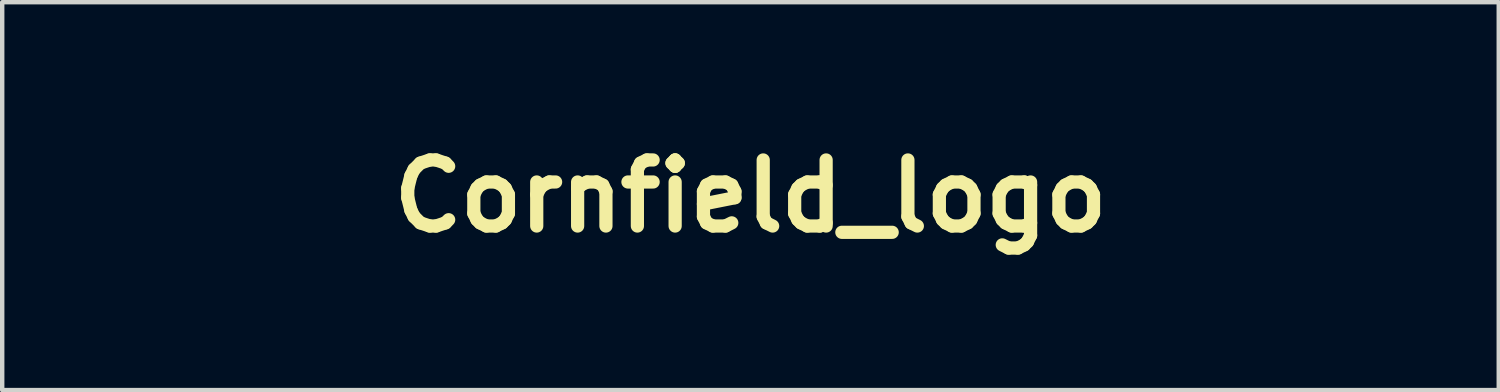
<source format=kicad_pcb>
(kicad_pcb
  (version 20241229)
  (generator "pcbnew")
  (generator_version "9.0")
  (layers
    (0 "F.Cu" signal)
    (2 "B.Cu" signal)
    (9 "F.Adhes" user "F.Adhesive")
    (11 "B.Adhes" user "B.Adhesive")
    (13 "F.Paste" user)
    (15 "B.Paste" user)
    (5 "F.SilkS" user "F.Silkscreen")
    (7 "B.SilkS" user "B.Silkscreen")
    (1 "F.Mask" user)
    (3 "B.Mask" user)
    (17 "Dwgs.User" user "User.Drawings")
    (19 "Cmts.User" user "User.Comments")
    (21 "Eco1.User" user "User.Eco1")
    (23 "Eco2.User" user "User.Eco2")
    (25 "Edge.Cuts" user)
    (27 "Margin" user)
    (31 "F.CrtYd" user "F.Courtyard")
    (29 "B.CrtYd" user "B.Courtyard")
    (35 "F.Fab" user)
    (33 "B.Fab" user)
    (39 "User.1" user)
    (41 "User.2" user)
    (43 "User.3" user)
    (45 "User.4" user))
  (footprint "Cornfield_logo"
    (layer "F.Cu")
    (at 13.995 1.404)
    (property "Reference" "Cornfield_logo" (at 0 0 0) (layer "F.SilkS") (effects (font (size 1.5 1.5) (thickness 0.3))))
    (attr board_only exclude_from_pos_files exclude_from_bom)
    (fp_poly (pts (xy -13.534 -0.493) (xy -13.488 -0.492) (xy -13.488 -0.444) (xy -13.488 -0.397) (xy -13.53 -0.395) (xy -13.556 -0.395) (xy -13.572 -0.398) (xy -13.578 -0.401) (xy -13.58 -0.41) (xy -13.582 -0.427) (xy -13.583 -0.448) (xy -13.582 -0.469) (xy -13.581 -0.487) (xy -13.581 -0.491) (xy -13.575 -0.493) (xy -13.56 -0.494) (xy -13.539 -0.494)) (stroke (width 0) (type solid)) (fill yes) (layer "F.Mask"))
    (fp_poly (pts (xy -13.531 -0.932) (xy -13.488 -0.93) (xy -13.488 -0.886) (xy -13.488 -0.841) (xy -13.524 -0.838) (xy -13.545 -0.837) (xy -13.562 -0.837) (xy -13.57 -0.837) (xy -13.575 -0.839) (xy -13.579 -0.842) (xy -13.581 -0.85) (xy -13.582 -0.866) (xy -13.583 -0.883) (xy -13.583 -0.907) (xy -13.58 -0.922) (xy -13.57 -0.93) (xy -13.552 -0.932)) (stroke (width 0) (type solid)) (fill yes) (layer "F.Mask"))
    (fp_poly (pts (xy -13.309 -0.606) (xy -13.269 -0.604) (xy -13.269 -0.557) (xy -13.269 -0.51) (xy -13.314 -0.508) (xy -13.338 -0.507) (xy -13.352 -0.508) (xy -13.36 -0.511) (xy -13.363 -0.516) (xy -13.366 -0.531) (xy -13.367 -0.551) (xy -13.366 -0.571) (xy -13.363 -0.589) (xy -13.359 -0.6) (xy -13.358 -0.601) (xy -13.347 -0.605) (xy -13.327 -0.606)) (stroke (width 0) (type solid)) (fill yes) (layer "F.Mask"))
    (fp_poly (pts (xy -11.108 -0.493) (xy -11.059 -0.492) (xy -11.059 -0.444) (xy -11.059 -0.397) (xy -11.11 -0.395) (xy -11.14 -0.395) (xy -11.158 -0.397) (xy -11.166 -0.401) (xy -11.169 -0.411) (xy -11.17 -0.429) (xy -11.171 -0.45) (xy -11.17 -0.469) (xy -11.167 -0.484) (xy -11.165 -0.49) (xy -11.156 -0.492) (xy -11.138 -0.493) (xy -11.116 -0.494)) (stroke (width 0) (type solid)) (fill yes) (layer "F.Mask"))
    (fp_poly (pts (xy -11.057 -1.111) (xy -11.057 -1.084) (xy -11.06 -1.067) (xy -11.069 -1.057) (xy -11.086 -1.053) (xy -11.112 -1.052) (xy -11.116 -1.052) (xy -11.139 -1.052) (xy -11.153 -1.055) (xy -11.161 -1.06) (xy -11.164 -1.063) (xy -11.168 -1.076) (xy -11.169 -1.098) (xy -11.168 -1.115) (xy -11.165 -1.155) (xy -11.112 -1.155) (xy -11.059 -1.155)) (stroke (width 0) (type solid)) (fill yes) (layer "F.Mask"))
    (fp_poly (pts (xy -13.269 -1.049) (xy -13.267 -1) (xy -13.265 -0.951) (xy -13.312 -0.951) (xy -13.334 -0.951) (xy -13.352 -0.953) (xy -13.362 -0.954) (xy -13.363 -0.955) (xy -13.365 -0.963) (xy -13.366 -0.98) (xy -13.366 -0.999) (xy -13.365 -1.019) (xy -13.363 -1.034) (xy -13.361 -1.039) (xy -13.356 -1.045) (xy -13.346 -1.048) (xy -13.329 -1.049) (xy -13.312 -1.049)) (stroke (width 0) (type solid)) (fill yes) (layer "F.Mask"))
    (fp_poly (pts (xy -12.281 -1.154) (xy -12.271 -1.146) (xy -12.266 -1.131) (xy -12.265 -1.108) (xy -12.265 -1.104) (xy -12.266 -1.08) (xy -12.271 -1.065) (xy -12.283 -1.056) (xy -12.302 -1.052) (xy -12.323 -1.052) (xy -12.35 -1.053) (xy -12.366 -1.057) (xy -12.371 -1.06) (xy -12.374 -1.071) (xy -12.376 -1.092) (xy -12.376 -1.112) (xy -12.374 -1.155) (xy -12.327 -1.157) (xy -12.299 -1.157)) (stroke (width 0) (type solid)) (fill yes) (layer "F.Mask"))
    (fp_poly (pts (xy -13.514 -1.157) (xy -13.498 -1.152) (xy -13.489 -1.142) (xy -13.486 -1.123) (xy -13.486 -1.102) (xy -13.488 -1.061) (xy -13.533 -1.059) (xy -13.557 -1.058) (xy -13.571 -1.059) (xy -13.578 -1.062) (xy -13.581 -1.067) (xy -13.582 -1.068) (xy -13.584 -1.087) (xy -13.584 -1.11) (xy -13.583 -1.132) (xy -13.58 -1.144) (xy -13.575 -1.152) (xy -13.568 -1.156) (xy -13.555 -1.158) (xy -13.54 -1.158)) (stroke (width 0) (type solid)) (fill yes) (layer "F.Mask"))
    (fp_poly (pts (xy -13.313 -0.825) (xy -13.269 -0.824) (xy -13.267 -0.778) (xy -13.267 -0.756) (xy -13.268 -0.74) (xy -13.269 -0.732) (xy -13.27 -0.731) (xy -13.278 -0.731) (xy -13.294 -0.73) (xy -13.315 -0.73) (xy -13.338 -0.73) (xy -13.352 -0.731) (xy -13.359 -0.735) (xy -13.361 -0.739) (xy -13.364 -0.751) (xy -13.366 -0.77) (xy -13.366 -0.791) (xy -13.364 -0.809) (xy -13.361 -0.819) (xy -13.354 -0.824) (xy -13.338 -0.826)) (stroke (width 0) (type solid)) (fill yes) (layer "F.Mask"))
    (fp_poly (pts (xy -12.543 -1.051) (xy -12.54 -1.05) (xy -12.493 -1.049) (xy -12.49 -1.008) (xy -12.488 -0.98) (xy -12.489 -0.962) (xy -12.495 -0.952) (xy -12.507 -0.947) (xy -12.526 -0.945) (xy -12.539 -0.945) (xy -12.563 -0.946) (xy -12.581 -0.949) (xy -12.589 -0.952) (xy -12.593 -0.962) (xy -12.595 -0.979) (xy -12.596 -1) (xy -12.596 -1.021) (xy -12.594 -1.037) (xy -12.591 -1.045) (xy -12.584 -1.049) (xy -12.568 -1.051)) (stroke (width 0) (type solid)) (fill yes) (layer "F.Mask"))
    (fp_poly (pts (xy -12.537 -0.831) (xy -12.493 -0.829) (xy -12.491 -0.783) (xy -12.491 -0.755) (xy -12.493 -0.736) (xy -12.496 -0.728) (xy -12.507 -0.723) (xy -12.525 -0.72) (xy -12.546 -0.72) (xy -12.567 -0.722) (xy -12.582 -0.726) (xy -12.587 -0.729) (xy -12.592 -0.741) (xy -12.596 -0.76) (xy -12.596 -0.782) (xy -12.595 -0.803) (xy -12.591 -0.819) (xy -12.589 -0.823) (xy -12.583 -0.828) (xy -12.573 -0.831) (xy -12.556 -0.832)) (stroke (width 0) (type solid)) (fill yes) (layer "F.Mask"))
    (fp_poly (pts (xy -12.281 -0.491) (xy -12.273 -0.488) (xy -12.268 -0.478) (xy -12.265 -0.461) (xy -12.264 -0.44) (xy -12.266 -0.42) (xy -12.269 -0.406) (xy -12.272 -0.401) (xy -12.281 -0.397) (xy -12.298 -0.395) (xy -12.319 -0.394) (xy -12.341 -0.394) (xy -12.36 -0.396) (xy -12.372 -0.4) (xy -12.375 -0.402) (xy -12.376 -0.412) (xy -12.376 -0.429) (xy -12.376 -0.451) (xy -12.374 -0.492) (xy -12.328 -0.494) (xy -12.3 -0.494)) (stroke (width 0) (type solid)) (fill yes) (layer "F.Mask"))
    (fp_poly (pts (xy -11.294 -0.83) (xy -11.286 -0.826) (xy -11.286 -0.825) (xy -11.283 -0.814) (xy -11.281 -0.796) (xy -11.281 -0.774) (xy -11.282 -0.753) (xy -11.285 -0.736) (xy -11.288 -0.727) (xy -11.299 -0.723) (xy -11.316 -0.72) (xy -11.338 -0.72) (xy -11.358 -0.721) (xy -11.374 -0.724) (xy -11.381 -0.728) (xy -11.385 -0.739) (xy -11.387 -0.76) (xy -11.386 -0.783) (xy -11.385 -0.829) (xy -11.338 -0.831) (xy -11.311 -0.831)) (stroke (width 0) (type solid)) (fill yes) (layer "F.Mask"))
    (fp_poly (pts (xy -10.887 -1.05) (xy -10.84 -1.049) (xy -10.838 -1.005) (xy -10.838 -0.979) (xy -10.84 -0.96) (xy -10.843 -0.953) (xy -10.853 -0.948) (xy -10.871 -0.945) (xy -10.893 -0.945) (xy -10.915 -0.946) (xy -10.932 -0.95) (xy -10.94 -0.954) (xy -10.946 -0.966) (xy -10.949 -0.985) (xy -10.949 -1.007) (xy -10.947 -1.027) (xy -10.942 -1.041) (xy -10.942 -1.042) (xy -10.936 -1.047) (xy -10.926 -1.05) (xy -10.91 -1.051)) (stroke (width 0) (type solid)) (fill yes) (layer "F.Mask"))
    (fp_poly (pts (xy -12.059 -0.605) (xy -12.049 -0.602) (xy -12.049 -0.601) (xy -12.045 -0.591) (xy -12.044 -0.573) (xy -12.044 -0.552) (xy -12.047 -0.531) (xy -12.051 -0.515) (xy -12.056 -0.508) (xy -12.068 -0.504) (xy -12.088 -0.501) (xy -12.11 -0.501) (xy -12.131 -0.503) (xy -12.146 -0.507) (xy -12.148 -0.508) (xy -12.154 -0.514) (xy -12.156 -0.524) (xy -12.157 -0.541) (xy -12.157 -0.56) (xy -12.155 -0.604) (xy -12.105 -0.606) (xy -12.079 -0.606)) (stroke (width 0) (type solid)) (fill yes) (layer "F.Mask"))
    (fp_poly (pts (xy -10.881 -0.608) (xy -10.84 -0.604) (xy -10.838 -0.561) (xy -10.838 -0.534) (xy -10.84 -0.516) (xy -10.843 -0.509) (xy -10.852 -0.505) (xy -10.87 -0.502) (xy -10.891 -0.501) (xy -10.912 -0.501) (xy -10.929 -0.503) (xy -10.937 -0.506) (xy -10.943 -0.516) (xy -10.947 -0.537) (xy -10.948 -0.553) (xy -10.949 -0.575) (xy -10.948 -0.588) (xy -10.945 -0.596) (xy -10.938 -0.602) (xy -10.937 -0.603) (xy -10.924 -0.608) (xy -10.905 -0.609)) (stroke (width 0) (type solid)) (fill yes) (layer "F.Mask"))
    (fp_poly (pts (xy -13.733 -1.049) (xy -13.718 -1.045) (xy -13.713 -1.042) (xy -13.708 -1.031) (xy -13.705 -1.013) (xy -13.704 -0.992) (xy -13.705 -0.972) (xy -13.708 -0.96) (xy -13.716 -0.955) (xy -13.731 -0.951) (xy -13.751 -0.95) (xy -13.772 -0.951) (xy -13.789 -0.954) (xy -13.8 -0.958) (xy -13.801 -0.96) (xy -13.804 -0.973) (xy -13.805 -0.993) (xy -13.804 -1.013) (xy -13.802 -1.03) (xy -13.8 -1.039) (xy -13.79 -1.045) (xy -13.773 -1.048) (xy -13.753 -1.05)) (stroke (width 0) (type solid)) (fill yes) (layer "F.Mask"))
    (fp_poly (pts (xy -13.734 -0.825) (xy -13.718 -0.823) (xy -13.711 -0.819) (xy -13.707 -0.81) (xy -13.705 -0.792) (xy -13.704 -0.772) (xy -13.706 -0.753) (xy -13.709 -0.74) (xy -13.709 -0.739) (xy -13.718 -0.734) (xy -13.734 -0.731) (xy -13.753 -0.729) (xy -13.772 -0.729) (xy -13.787 -0.731) (xy -13.788 -0.731) (xy -13.797 -0.737) (xy -13.803 -0.748) (xy -13.805 -0.768) (xy -13.805 -0.775) (xy -13.804 -0.8) (xy -13.799 -0.815) (xy -13.787 -0.823) (xy -13.768 -0.826) (xy -13.756 -0.827)) (stroke (width 0) (type solid)) (fill yes) (layer "F.Mask"))
    (fp_poly (pts (xy -12.294 -0.718) (xy -12.277 -0.712) (xy -12.268 -0.7) (xy -12.265 -0.679) (xy -12.266 -0.657) (xy -12.269 -0.632) (xy -12.274 -0.616) (xy -12.277 -0.613) (xy -12.288 -0.61) (xy -12.307 -0.608) (xy -12.329 -0.608) (xy -12.35 -0.61) (xy -12.364 -0.613) (xy -12.367 -0.614) (xy -12.372 -0.619) (xy -12.375 -0.629) (xy -12.377 -0.647) (xy -12.377 -0.664) (xy -12.376 -0.689) (xy -12.372 -0.706) (xy -12.363 -0.715) (xy -12.346 -0.719) (xy -12.32 -0.72) (xy -12.319 -0.72)) (stroke (width 0) (type solid)) (fill yes) (layer "F.Mask"))
    (fp_poly (pts (xy -12.078 -0.831) (xy -12.06 -0.829) (xy -12.052 -0.825) (xy -12.049 -0.815) (xy -12.046 -0.797) (xy -12.045 -0.775) (xy -12.046 -0.75) (xy -12.05 -0.734) (xy -12.06 -0.725) (xy -12.076 -0.721) (xy -12.103 -0.72) (xy -12.104 -0.72) (xy -12.13 -0.722) (xy -12.145 -0.727) (xy -12.149 -0.729) (xy -12.154 -0.74) (xy -12.157 -0.759) (xy -12.158 -0.781) (xy -12.157 -0.802) (xy -12.154 -0.819) (xy -12.151 -0.825) (xy -12.141 -0.829) (xy -12.122 -0.832) (xy -12.102 -0.832)) (stroke (width 0) (type solid)) (fill yes) (layer "F.Mask"))
    (fp_poly (pts (xy -13.513 -0.714) (xy -13.497 -0.711) (xy -13.494 -0.71) (xy -13.489 -0.703) (xy -13.486 -0.687) (xy -13.484 -0.667) (xy -13.485 -0.646) (xy -13.488 -0.629) (xy -13.492 -0.618) (xy -13.494 -0.617) (xy -13.508 -0.614) (xy -13.526 -0.613) (xy -13.546 -0.614) (xy -13.564 -0.616) (xy -13.576 -0.619) (xy -13.578 -0.62) (xy -13.581 -0.631) (xy -13.583 -0.649) (xy -13.583 -0.67) (xy -13.582 -0.689) (xy -13.58 -0.703) (xy -13.579 -0.707) (xy -13.57 -0.71) (xy -13.553 -0.713) (xy -13.533 -0.714)) (stroke (width 0) (type solid)) (fill yes) (layer "F.Mask"))
    (fp_poly (pts (xy -11.297 -1.05) (xy -11.287 -1.048) (xy -11.286 -1.047) (xy -11.284 -1.04) (xy -11.282 -1.023) (xy -11.28 -1.002) (xy -11.28 -0.999) (xy -11.281 -0.974) (xy -11.283 -0.958) (xy -11.287 -0.951) (xy -11.288 -0.95) (xy -11.299 -0.947) (xy -11.317 -0.945) (xy -11.338 -0.945) (xy -11.358 -0.946) (xy -11.375 -0.948) (xy -11.384 -0.952) (xy -11.385 -0.953) (xy -11.386 -0.963) (xy -11.387 -0.98) (xy -11.387 -1.002) (xy -11.386 -1.005) (xy -11.385 -1.049) (xy -11.338 -1.05) (xy -11.315 -1.051)) (stroke (width 0) (type solid)) (fill yes) (layer "F.Mask"))
    (fp_poly (pts (xy -13.729 -0.606) (xy -13.715 -0.602) (xy -13.711 -0.6) (xy -13.707 -0.59) (xy -13.705 -0.572) (xy -13.705 -0.551) (xy -13.706 -0.532) (xy -13.71 -0.518) (xy -13.71 -0.518) (xy -13.716 -0.512) (xy -13.726 -0.508) (xy -13.743 -0.507) (xy -13.755 -0.507) (xy -13.776 -0.507) (xy -13.789 -0.51) (xy -13.796 -0.514) (xy -13.799 -0.518) (xy -13.803 -0.532) (xy -13.805 -0.551) (xy -13.804 -0.572) (xy -13.802 -0.59) (xy -13.798 -0.6) (xy -13.798 -0.6) (xy -13.788 -0.604) (xy -13.77 -0.607) (xy -13.749 -0.607)) (stroke (width 0) (type solid)) (fill yes) (layer "F.Mask"))
    (fp_poly (pts (xy -12.508 -0.608) (xy -12.497 -0.605) (xy -12.497 -0.605) (xy -12.493 -0.596) (xy -12.49 -0.577) (xy -12.49 -0.554) (xy -12.49 -0.53) (xy -12.492 -0.515) (xy -12.495 -0.507) (xy -12.499 -0.504) (xy -12.513 -0.502) (xy -12.532 -0.501) (xy -12.553 -0.501) (xy -12.573 -0.503) (xy -12.586 -0.506) (xy -12.589 -0.508) (xy -12.593 -0.517) (xy -12.595 -0.535) (xy -12.596 -0.556) (xy -12.596 -0.576) (xy -12.594 -0.593) (xy -12.591 -0.6) (xy -12.583 -0.604) (xy -12.567 -0.607) (xy -12.547 -0.609) (xy -12.526 -0.609)) (stroke (width 0) (type solid)) (fill yes) (layer "F.Mask"))
    (fp_poly (pts (xy -12.299 -0.939) (xy -12.285 -0.938) (xy -12.277 -0.935) (xy -12.273 -0.929) (xy -12.27 -0.924) (xy -12.266 -0.903) (xy -12.265 -0.879) (xy -12.267 -0.857) (xy -12.273 -0.84) (xy -12.274 -0.84) (xy -12.281 -0.832) (xy -12.29 -0.828) (xy -12.307 -0.827) (xy -12.321 -0.827) (xy -12.347 -0.828) (xy -12.363 -0.832) (xy -12.368 -0.836) (xy -12.374 -0.847) (xy -12.377 -0.868) (xy -12.377 -0.883) (xy -12.377 -0.909) (xy -12.374 -0.925) (xy -12.368 -0.934) (xy -12.355 -0.938) (xy -12.333 -0.939) (xy -12.323 -0.939)) (stroke (width 0) (type solid)) (fill yes) (layer "F.Mask"))
    (fp_poly (pts (xy -11.31 -0.609) (xy -11.294 -0.606) (xy -11.289 -0.604) (xy -11.283 -0.597) (xy -11.281 -0.584) (xy -11.28 -0.563) (xy -11.28 -0.557) (xy -11.282 -0.535) (xy -11.285 -0.518) (xy -11.288 -0.508) (xy -11.296 -0.505) (xy -11.313 -0.502) (xy -11.334 -0.501) (xy -11.355 -0.501) (xy -11.372 -0.503) (xy -11.38 -0.505) (xy -11.384 -0.512) (xy -11.386 -0.527) (xy -11.388 -0.547) (xy -11.388 -0.568) (xy -11.387 -0.587) (xy -11.384 -0.6) (xy -11.382 -0.604) (xy -11.371 -0.607) (xy -11.352 -0.609) (xy -11.331 -0.609)) (stroke (width 0) (type solid)) (fill yes) (layer "F.Mask"))
    (fp_poly (pts (xy -11.09 -0.938) (xy -11.073 -0.936) (xy -11.063 -0.932) (xy -11.059 -0.922) (xy -11.057 -0.904) (xy -11.056 -0.885) (xy -11.056 -0.863) (xy -11.059 -0.849) (xy -11.063 -0.841) (xy -11.069 -0.836) (xy -11.084 -0.83) (xy -11.106 -0.827) (xy -11.13 -0.828) (xy -11.15 -0.831) (xy -11.155 -0.833) (xy -11.162 -0.836) (xy -11.166 -0.843) (xy -11.168 -0.855) (xy -11.168 -0.876) (xy -11.168 -0.881) (xy -11.167 -0.906) (xy -11.165 -0.924) (xy -11.161 -0.932) (xy -11.151 -0.936) (xy -11.134 -0.938) (xy -11.112 -0.939)) (stroke (width 0) (type solid)) (fill yes) (layer "F.Mask"))
    (fp_poly (pts (xy -10.87 -0.831) (xy -10.852 -0.829) (xy -10.844 -0.825) (xy -10.84 -0.815) (xy -10.837 -0.797) (xy -10.837 -0.775) (xy -10.837 -0.75) (xy -10.842 -0.734) (xy -10.851 -0.725) (xy -10.868 -0.721) (xy -10.894 -0.72) (xy -10.895 -0.72) (xy -10.916 -0.721) (xy -10.929 -0.723) (xy -10.937 -0.729) (xy -10.94 -0.733) (xy -10.946 -0.749) (xy -10.949 -0.771) (xy -10.948 -0.795) (xy -10.944 -0.816) (xy -10.943 -0.817) (xy -10.94 -0.825) (xy -10.934 -0.83) (xy -10.923 -0.832) (xy -10.905 -0.832) (xy -10.894 -0.832)) (stroke (width 0) (type solid)) (fill yes) (layer "F.Mask"))
    (fp_poly (pts (xy -12.064 -1.051) (xy -12.052 -1.049) (xy -12.049 -1.047) (xy -12.047 -1.039) (xy -12.046 -1.022) (xy -12.044 -1.001) (xy -12.044 -0.999) (xy -12.044 -0.974) (xy -12.046 -0.959) (xy -12.05 -0.952) (xy -12.052 -0.951) (xy -12.063 -0.947) (xy -12.081 -0.946) (xy -12.103 -0.945) (xy -12.125 -0.946) (xy -12.142 -0.949) (xy -12.151 -0.952) (xy -12.155 -0.962) (xy -12.157 -0.98) (xy -12.158 -1.001) (xy -12.157 -1.022) (xy -12.154 -1.038) (xy -12.151 -1.045) (xy -12.142 -1.048) (xy -12.125 -1.05) (xy -12.105 -1.051) (xy -12.083 -1.052)) (stroke (width 0) (type solid)) (fill yes) (layer "F.Mask"))
    (fp_poly (pts (xy -11.091 -0.719) (xy -11.072 -0.715) (xy -11.072 -0.715) (xy -11.064 -0.711) (xy -11.059 -0.705) (xy -11.057 -0.696) (xy -11.056 -0.678) (xy -11.056 -0.664) (xy -11.056 -0.641) (xy -11.057 -0.627) (xy -11.061 -0.619) (xy -11.067 -0.615) (xy -11.071 -0.613) (xy -11.09 -0.609) (xy -11.114 -0.608) (xy -11.139 -0.61) (xy -11.155 -0.613) (xy -11.163 -0.619) (xy -11.167 -0.628) (xy -11.168 -0.644) (xy -11.168 -0.648) (xy -11.169 -0.667) (xy -11.171 -0.681) (xy -11.172 -0.685) (xy -11.171 -0.696) (xy -11.166 -0.705) (xy -11.155 -0.712) (xy -11.136 -0.717) (xy -11.114 -0.719)) (stroke (width 0) (type solid)) (fill yes) (layer "F.Mask"))
    (fp_poly (pts (xy -2.877 -0.505) (xy -2.87 -0.493) (xy -2.87 -0.485) (xy -2.876 -0.474) (xy -2.886 -0.459) (xy -2.977 -0.463) (xy -3.013 -0.464) (xy -3.039 -0.465) (xy -3.057 -0.464) (xy -3.069 -0.463) (xy -3.078 -0.46) (xy -3.084 -0.457) (xy -3.099 -0.447) (xy -3.099 0.107) (xy -3.099 0.2) (xy -3.099 0.283) (xy -3.099 0.354) (xy -3.099 0.417) (xy -3.098 0.47) (xy -3.098 0.515) (xy -3.098 0.552) (xy -3.097 0.583) (xy -3.097 0.608) (xy -3.096 0.627) (xy -3.095 0.642) (xy -3.094 0.653) (xy -3.093 0.66) (xy -3.091 0.666) (xy -3.09 0.669) (xy -3.088 0.671) (xy -3.087 0.672) (xy -3.082 0.677) (xy -3.075 0.68) (xy -3.065 0.682) (xy -3.049 0.683) (xy -3.027 0.684) (xy -2.995 0.684) (xy -2.974 0.684) (xy -2.874 0.684) (xy -2.87 0.7) (xy -2.869 0.716) (xy -2.872 0.727) (xy -2.873 0.73) (xy -2.875 0.732) (xy -2.879 0.734) (xy -2.886 0.736) (xy -2.896 0.737) (xy -2.91 0.738) (xy -2.931 0.739) (xy -2.957 0.739) (xy -2.991 0.739) (xy -3.033 0.74) (xy -3.085 0.74) (xy -3.147 0.74) (xy -3.199 0.74) (xy -3.269 0.74) (xy -3.328 0.74) (xy -3.378 0.74) (xy -3.418 0.74) (xy -3.45 0.739) (xy -3.475 0.739) (xy -3.494 0.738) (xy -3.507 0.737) (xy -3.516 0.736) (xy -3.522 0.734) (xy -3.525 0.732) (xy -3.526 0.731) (xy -3.531 0.713) (xy -3.528 0.696) (xy -3.524 0.691) (xy -3.516 0.688) (xy -3.499 0.686) (xy -3.471 0.685) (xy -3.432 0.684) (xy -3.42 0.684) (xy -3.384 0.684) (xy -3.358 0.684) (xy -3.34 0.683) (xy -3.327 0.681) (xy -3.32 0.678) (xy -3.314 0.674) (xy -3.312 0.672) (xy -3.31 0.67) (xy -3.308 0.667) (xy -3.307 0.663) (xy -3.305 0.657) (xy -3.304 0.648) (xy -3.303 0.635) (xy -3.302 0.618) (xy -3.302 0.596) (xy -3.301 0.569) (xy -3.301 0.535) (xy -3.301 0.494) (xy -3.3 0.445) (xy -3.3 0.387) (xy -3.3 0.32) (xy -3.3 0.243) (xy -3.3 0.155) (xy -3.3 0.107) (xy -3.3 -0.447) (xy -3.315 -0.457) (xy -3.323 -0.461) (xy -3.332 -0.463) (xy -3.346 -0.465) (xy -3.366 -0.465) (xy -3.394 -0.464) (xy -3.419 -0.463) (xy -3.453 -0.462) (xy -3.478 -0.461) (xy -3.495 -0.461) (xy -3.505 -0.463) (xy -3.513 -0.466) (xy -3.518 -0.47) (xy -3.519 -0.471) (xy -3.529 -0.483) (xy -3.53 -0.493) (xy -3.521 -0.506) (xy -3.521 -0.507) (xy -3.51 -0.52) (xy -3.199 -0.52) (xy -2.889 -0.52)) (stroke (width 0) (type solid)) (fill yes) (layer "F.Mask"))
    (fp_poly (pts (xy 11.588 -0.52) (xy 11.637 -0.52) (xy 11.678 -0.519) (xy 11.71 -0.518) (xy 11.735 -0.517) (xy 11.754 -0.516) (xy 11.767 -0.513) (xy 11.776 -0.51) (xy 11.781 -0.506) (xy 11.784 -0.502) (xy 11.785 -0.496) (xy 11.785 -0.49) (xy 11.785 -0.489) (xy 11.784 -0.478) (xy 11.78 -0.47) (xy 11.773 -0.465) (xy 11.76 -0.462) (xy 11.739 -0.461) (xy 11.709 -0.462) (xy 11.676 -0.463) (xy 11.638 -0.464) (xy 11.611 -0.465) (xy 11.592 -0.464) (xy 11.58 -0.462) (xy 11.574 -0.459) (xy 11.573 -0.457) (xy 11.572 -0.453) (xy 11.57 -0.445) (xy 11.569 -0.434) (xy 11.568 -0.418) (xy 11.568 -0.398) (xy 11.567 -0.372) (xy 11.567 -0.339) (xy 11.566 -0.299) (xy 11.566 -0.251) (xy 11.566 -0.195) (xy 11.566 -0.13) (xy 11.565 -0.055) (xy 11.565 0.031) (xy 11.565 0.109) (xy 11.565 0.209) (xy 11.566 0.297) (xy 11.566 0.374) (xy 11.566 0.441) (xy 11.566 0.499) (xy 11.567 0.547) (xy 11.567 0.587) (xy 11.568 0.619) (xy 11.569 0.643) (xy 11.57 0.661) (xy 11.571 0.672) (xy 11.572 0.677) (xy 11.572 0.677) (xy 11.58 0.68) (xy 11.598 0.682) (xy 11.625 0.684) (xy 11.663 0.684) (xy 11.679 0.684) (xy 11.716 0.684) (xy 11.742 0.685) (xy 11.76 0.685) (xy 11.772 0.687) (xy 11.779 0.689) (xy 11.783 0.693) (xy 11.785 0.698) (xy 11.788 0.717) (xy 11.786 0.725) (xy 11.781 0.74) (xy 11.462 0.74) (xy 11.392 0.74) (xy 11.329 0.74) (xy 11.274 0.74) (xy 11.227 0.739) (xy 11.189 0.738) (xy 11.162 0.737) (xy 11.144 0.736) (xy 11.138 0.735) (xy 11.134 0.724) (xy 11.133 0.709) (xy 11.136 0.695) (xy 11.142 0.688) (xy 11.151 0.687) (xy 11.17 0.686) (xy 11.195 0.685) (xy 11.226 0.684) (xy 11.244 0.684) (xy 11.277 0.684) (xy 11.305 0.683) (xy 11.328 0.682) (xy 11.342 0.68) (xy 11.345 0.679) (xy 11.347 0.672) (xy 11.348 0.655) (xy 11.349 0.627) (xy 11.35 0.591) (xy 11.351 0.547) (xy 11.352 0.496) (xy 11.353 0.439) (xy 11.353 0.377) (xy 11.354 0.312) (xy 11.354 0.243) (xy 11.354 0.173) (xy 11.354 0.101) (xy 11.354 0.03) (xy 11.354 -0.04) (xy 11.354 -0.108) (xy 11.353 -0.173) (xy 11.352 -0.233) (xy 11.352 -0.289) (xy 11.351 -0.339) (xy 11.35 -0.381) (xy 11.349 -0.416) (xy 11.348 -0.441) (xy 11.346 -0.456) (xy 11.345 -0.46) (xy 11.337 -0.462) (xy 11.318 -0.463) (xy 11.292 -0.464) (xy 11.259 -0.463) (xy 11.241 -0.463) (xy 11.205 -0.461) (xy 11.18 -0.461) (xy 11.162 -0.461) (xy 11.151 -0.462) (xy 11.144 -0.465) (xy 11.141 -0.468) (xy 11.139 -0.471) (xy 11.133 -0.489) (xy 11.138 -0.505) (xy 11.141 -0.509) (xy 11.143 -0.511) (xy 11.147 -0.513) (xy 11.153 -0.515) (xy 11.162 -0.516) (xy 11.176 -0.517) (xy 11.196 -0.518) (xy 11.221 -0.519) (xy 11.254 -0.519) (xy 11.295 -0.52) (xy 11.345 -0.52) (xy 11.406 -0.52) (xy 11.458 -0.52) (xy 11.528 -0.52)) (stroke (width 0) (type solid)) (fill yes) (layer "F.Mask"))
    (fp_poly (pts (xy -7.89 -0.551) (xy -7.819 -0.537) (xy -7.75 -0.512) (xy -7.683 -0.476) (xy -7.648 -0.452) (xy -7.592 -0.402) (xy -7.543 -0.344) (xy -7.501 -0.278) (xy -7.466 -0.205) (xy -7.439 -0.127) (xy -7.419 -0.044) (xy -7.409 0.042) (xy -7.407 0.131) (xy -7.414 0.221) (xy -7.418 0.249) (xy -7.427 0.298) (xy -7.436 0.34) (xy -7.444 0.373) (xy -7.452 0.396) (xy -7.453 0.397) (xy -7.458 0.408) (xy -7.466 0.426) (xy -7.476 0.447) (xy -7.514 0.521) (xy -7.56 0.587) (xy -7.613 0.643) (xy -7.673 0.69) (xy -7.74 0.727) (xy -7.814 0.754) (xy -7.818 0.755) (xy -7.85 0.762) (xy -7.89 0.766) (xy -7.934 0.768) (xy -7.978 0.767) (xy -8.02 0.764) (xy -8.056 0.758) (xy -8.07 0.755) (xy -8.141 0.727) (xy -8.207 0.69) (xy -8.267 0.643) (xy -8.32 0.587) (xy -8.366 0.524) (xy -8.405 0.453) (xy -8.436 0.376) (xy -8.458 0.292) (xy -8.471 0.204) (xy -8.473 0.182) (xy -8.474 0.155) (xy -8.474 0.123) (xy -8.474 0.112) (xy -8.248 0.112) (xy -8.247 0.183) (xy -8.244 0.25) (xy -8.24 0.313) (xy -8.233 0.368) (xy -8.226 0.409) (xy -8.213 0.465) (xy -8.198 0.511) (xy -8.183 0.549) (xy -8.165 0.582) (xy -8.147 0.608) (xy -8.115 0.643) (xy -8.083 0.669) (xy -8.046 0.687) (xy -8.004 0.697) (xy -7.953 0.701) (xy -7.945 0.701) (xy -7.91 0.701) (xy -7.884 0.699) (xy -7.862 0.695) (xy -7.849 0.691) (xy -7.8 0.668) (xy -7.759 0.636) (xy -7.738 0.613) (xy -7.722 0.589) (xy -7.705 0.56) (xy -7.69 0.53) (xy -7.679 0.503) (xy -7.675 0.487) (xy -7.671 0.47) (xy -7.666 0.459) (xy -7.664 0.449) (xy -7.66 0.431) (xy -7.655 0.406) (xy -7.65 0.376) (xy -7.648 0.364) (xy -7.643 0.316) (xy -7.638 0.26) (xy -7.635 0.198) (xy -7.634 0.132) (xy -7.634 0.066) (xy -7.636 0.003) (xy -7.639 -0.056) (xy -7.643 -0.107) (xy -7.645 -0.124) (xy -7.659 -0.201) (xy -7.676 -0.268) (xy -7.697 -0.324) (xy -7.722 -0.372) (xy -7.752 -0.41) (xy -7.787 -0.441) (xy -7.816 -0.459) (xy -7.853 -0.48) (xy -7.939 -0.48) (xy -7.973 -0.48) (xy -7.998 -0.479) (xy -8.015 -0.478) (xy -8.029 -0.475) (xy -8.041 -0.471) (xy -8.054 -0.465) (xy -8.06 -0.462) (xy -8.1 -0.438) (xy -8.134 -0.407) (xy -8.162 -0.369) (xy -8.186 -0.323) (xy -8.207 -0.267) (xy -8.224 -0.2) (xy -8.224 -0.198) (xy -8.233 -0.15) (xy -8.239 -0.092) (xy -8.244 -0.027) (xy -8.247 0.041) (xy -8.248 0.112) (xy -8.474 0.112) (xy -8.474 0.088) (xy -8.473 0.052) (xy -8.472 0.018) (xy -8.47 -0.012) (xy -8.468 -0.036) (xy -8.465 -0.052) (xy -8.463 -0.057) (xy -8.461 -0.065) (xy -8.456 -0.081) (xy -8.452 -0.099) (xy -8.44 -0.144) (xy -8.424 -0.191) (xy -8.406 -0.235) (xy -8.386 -0.274) (xy -8.373 -0.296) (xy -8.334 -0.351) (xy -8.297 -0.396) (xy -8.26 -0.432) (xy -8.239 -0.449) (xy -8.172 -0.492) (xy -8.103 -0.524) (xy -8.032 -0.544) (xy -7.961 -0.553)) (stroke (width 0) (type solid)) (fill yes) (layer "F.Mask"))
    (fp_poly (pts (xy 8.945 -0.552) (xy 8.983 -0.547) (xy 9.022 -0.54) (xy 9.059 -0.531) (xy 9.086 -0.522) (xy 9.115 -0.509) (xy 9.149 -0.49) (xy 9.184 -0.469) (xy 9.215 -0.446) (xy 9.225 -0.437) (xy 9.278 -0.386) (xy 9.324 -0.329) (xy 9.362 -0.265) (xy 9.394 -0.193) (xy 9.421 -0.111) (xy 9.425 -0.095) (xy 9.43 -0.076) (xy 9.434 -0.059) (xy 9.436 -0.042) (xy 9.438 -0.024) (xy 9.439 -0.001) (xy 9.44 0.027) (xy 9.441 0.062) (xy 9.441 0.108) (xy 9.441 0.113) (xy 9.441 0.161) (xy 9.44 0.2) (xy 9.439 0.232) (xy 9.437 0.259) (xy 9.433 0.283) (xy 9.428 0.307) (xy 9.421 0.332) (xy 9.411 0.362) (xy 9.402 0.391) (xy 9.372 0.463) (xy 9.334 0.53) (xy 9.288 0.592) (xy 9.235 0.646) (xy 9.177 0.691) (xy 9.123 0.722) (xy 9.085 0.739) (xy 9.051 0.752) (xy 9.019 0.76) (xy 8.984 0.765) (xy 8.942 0.767) (xy 8.912 0.767) (xy 8.873 0.766) (xy 8.844 0.765) (xy 8.821 0.762) (xy 8.801 0.758) (xy 8.787 0.755) (xy 8.736 0.737) (xy 8.694 0.719) (xy 8.656 0.697) (xy 8.619 0.669) (xy 8.579 0.633) (xy 8.577 0.631) (xy 8.52 0.569) (xy 8.473 0.501) (xy 8.437 0.428) (xy 8.411 0.35) (xy 8.411 0.349) (xy 8.405 0.33) (xy 8.401 0.316) (xy 8.399 0.311) (xy 8.396 0.302) (xy 8.393 0.284) (xy 8.389 0.259) (xy 8.386 0.229) (xy 8.382 0.198) (xy 8.379 0.167) (xy 8.377 0.138) (xy 8.376 0.116) (xy 8.376 0.116) (xy 8.607 0.116) (xy 8.608 0.203) (xy 8.612 0.28) (xy 8.618 0.348) (xy 8.628 0.408) (xy 8.64 0.462) (xy 8.656 0.51) (xy 8.67 0.544) (xy 8.698 0.595) (xy 8.73 0.634) (xy 8.766 0.665) (xy 8.809 0.686) (xy 8.82 0.69) (xy 8.856 0.698) (xy 8.898 0.701) (xy 8.941 0.701) (xy 8.981 0.696) (xy 9.004 0.691) (xy 9.052 0.67) (xy 9.093 0.638) (xy 9.128 0.597) (xy 9.157 0.547) (xy 9.169 0.518) (xy 9.188 0.453) (xy 9.203 0.38) (xy 9.214 0.296) (xy 9.22 0.202) (xy 9.221 0.104) (xy 9.219 -0.000082) (xy 9.212 -0.093) (xy 9.2 -0.176) (xy 9.184 -0.248) (xy 9.163 -0.31) (xy 9.138 -0.362) (xy 9.107 -0.405) (xy 9.072 -0.439) (xy 9.032 -0.463) (xy 9.017 -0.47) (xy 9.004 -0.474) (xy 8.99 -0.477) (xy 8.972 -0.479) (xy 8.948 -0.479) (xy 8.914 -0.479) (xy 8.914 -0.479) (xy 8.88 -0.479) (xy 8.856 -0.479) (xy 8.838 -0.477) (xy 8.824 -0.474) (xy 8.811 -0.47) (xy 8.796 -0.463) (xy 8.796 -0.463) (xy 8.766 -0.445) (xy 8.734 -0.419) (xy 8.707 -0.39) (xy 8.686 -0.36) (xy 8.685 -0.358) (xy 8.664 -0.313) (xy 8.646 -0.264) (xy 8.632 -0.211) (xy 8.621 -0.152) (xy 8.614 -0.086) (xy 8.609 -0.011) (xy 8.607 0.073) (xy 8.607 0.116) (xy 8.376 0.116) (xy 8.376 0.107) (xy 8.377 0.078) (xy 8.38 0.042) (xy 8.385 0.002) (xy 8.39 -0.038) (xy 8.397 -0.075) (xy 8.403 -0.106) (xy 8.407 -0.121) (xy 8.437 -0.206) (xy 8.474 -0.283) (xy 8.518 -0.35) (xy 8.569 -0.408) (xy 8.621 -0.453) (xy 8.687 -0.495) (xy 8.756 -0.526) (xy 8.827 -0.546) (xy 8.9 -0.554) (xy 8.914 -0.554)) (stroke (width 0) (type solid)) (fill yes) (layer "F.Mask"))
    (fp_poly (pts (xy 12.5 -0.551) (xy 12.567 -0.54) (xy 12.63 -0.521) (xy 12.688 -0.494) (xy 12.738 -0.46) (xy 12.769 -0.431) (xy 12.803 -0.389) (xy 12.827 -0.346) (xy 12.842 -0.299) (xy 12.85 -0.246) (xy 12.848 -0.202) (xy 12.838 -0.165) (xy 12.817 -0.133) (xy 12.8 -0.116) (xy 12.772 -0.098) (xy 12.741 -0.088) (xy 12.704 -0.087) (xy 12.69 -0.089) (xy 12.672 -0.093) (xy 12.656 -0.101) (xy 12.64 -0.114) (xy 12.632 -0.121) (xy 12.615 -0.14) (xy 12.604 -0.157) (xy 12.598 -0.177) (xy 12.597 -0.18) (xy 12.594 -0.215) (xy 12.599 -0.249) (xy 12.612 -0.279) (xy 12.631 -0.304) (xy 12.654 -0.321) (xy 12.667 -0.326) (xy 12.689 -0.334) (xy 12.703 -0.346) (xy 12.709 -0.359) (xy 12.709 -0.359) (xy 12.705 -0.37) (xy 12.693 -0.386) (xy 12.677 -0.405) (xy 12.659 -0.422) (xy 12.64 -0.437) (xy 12.637 -0.439) (xy 12.604 -0.457) (xy 12.57 -0.468) (xy 12.532 -0.475) (xy 12.485 -0.477) (xy 12.478 -0.477) (xy 12.443 -0.477) (xy 12.417 -0.475) (xy 12.395 -0.471) (xy 12.375 -0.465) (xy 12.375 -0.465) (xy 12.333 -0.446) (xy 12.296 -0.421) (xy 12.264 -0.388) (xy 12.237 -0.348) (xy 12.215 -0.3) (xy 12.197 -0.242) (xy 12.182 -0.175) (xy 12.172 -0.098) (xy 12.164 -0.01) (xy 12.164 0.001) (xy 12.161 0.102) (xy 12.163 0.198) (xy 12.17 0.287) (xy 12.182 0.37) (xy 12.198 0.445) (xy 12.22 0.51) (xy 12.233 0.54) (xy 12.253 0.573) (xy 12.28 0.606) (xy 12.312 0.637) (xy 12.346 0.662) (xy 12.355 0.667) (xy 12.392 0.687) (xy 12.478 0.687) (xy 12.513 0.687) (xy 12.538 0.686) (xy 12.557 0.685) (xy 12.572 0.682) (xy 12.585 0.678) (xy 12.596 0.673) (xy 12.64 0.65) (xy 12.679 0.618) (xy 12.714 0.578) (xy 12.745 0.528) (xy 12.775 0.468) (xy 12.782 0.45) (xy 12.797 0.417) (xy 12.812 0.396) (xy 12.826 0.384) (xy 12.837 0.382) (xy 12.851 0.385) (xy 12.859 0.395) (xy 12.861 0.413) (xy 12.858 0.435) (xy 12.843 0.484) (xy 12.82 0.535) (xy 12.79 0.585) (xy 12.755 0.632) (xy 12.716 0.674) (xy 12.676 0.707) (xy 12.659 0.718) (xy 12.635 0.73) (xy 12.605 0.743) (xy 12.577 0.753) (xy 12.576 0.753) (xy 12.556 0.759) (xy 12.537 0.763) (xy 12.517 0.765) (xy 12.493 0.766) (xy 12.461 0.767) (xy 12.44 0.767) (xy 12.403 0.766) (xy 12.375 0.765) (xy 12.353 0.763) (xy 12.334 0.76) (xy 12.316 0.755) (xy 12.309 0.752) (xy 12.238 0.724) (xy 12.175 0.687) (xy 12.12 0.641) (xy 12.072 0.586) (xy 12.031 0.522) (xy 12.01 0.479) (xy 11.995 0.445) (xy 11.982 0.415) (xy 11.972 0.386) (xy 11.964 0.356) (xy 11.956 0.322) (xy 11.949 0.283) (xy 11.942 0.235) (xy 11.938 0.204) (xy 11.935 0.172) (xy 11.934 0.132) (xy 11.935 0.086) (xy 11.937 0.039) (xy 11.94 -0.006) (xy 11.945 -0.045) (xy 11.948 -0.059) (xy 11.954 -0.088) (xy 11.963 -0.123) (xy 11.973 -0.16) (xy 11.985 -0.197) (xy 11.996 -0.23) (xy 12.006 -0.258) (xy 12.014 -0.276) (xy 12.038 -0.316) (xy 12.068 -0.358) (xy 12.102 -0.399) (xy 12.136 -0.436) (xy 12.17 -0.465) (xy 12.185 -0.476) (xy 12.247 -0.511) (xy 12.314 -0.535) (xy 12.359 -0.545) (xy 12.43 -0.553)) (stroke (width 0) (type solid)) (fill yes) (layer "F.Mask"))
    (fp_poly (pts (xy 5.604 -0.546) (xy 5.612 -0.545) (xy 5.683 -0.527) (xy 5.744 -0.502) (xy 5.797 -0.47) (xy 5.841 -0.431) (xy 5.876 -0.384) (xy 5.892 -0.356) (xy 5.904 -0.329) (xy 5.911 -0.308) (xy 5.915 -0.285) (xy 5.918 -0.258) (xy 5.918 -0.22) (xy 5.915 -0.19) (xy 5.907 -0.166) (xy 5.892 -0.143) (xy 5.876 -0.125) (xy 5.858 -0.107) (xy 5.843 -0.097) (xy 5.829 -0.092) (xy 5.816 -0.089) (xy 5.775 -0.088) (xy 5.738 -0.097) (xy 5.708 -0.114) (xy 5.684 -0.139) (xy 5.67 -0.172) (xy 5.664 -0.211) (xy 5.664 -0.211) (xy 5.668 -0.248) (xy 5.681 -0.279) (xy 5.703 -0.304) (xy 5.735 -0.325) (xy 5.749 -0.331) (xy 5.766 -0.34) (xy 5.779 -0.348) (xy 5.783 -0.353) (xy 5.778 -0.365) (xy 5.767 -0.381) (xy 5.751 -0.4) (xy 5.733 -0.418) (xy 5.714 -0.432) (xy 5.713 -0.433) (xy 5.68 -0.453) (xy 5.647 -0.466) (xy 5.611 -0.474) (xy 5.569 -0.478) (xy 5.548 -0.478) (xy 5.495 -0.476) (xy 5.449 -0.466) (xy 5.41 -0.45) (xy 5.374 -0.425) (xy 5.344 -0.396) (xy 5.324 -0.372) (xy 5.305 -0.341) (xy 5.288 -0.308) (xy 5.276 -0.276) (xy 5.27 -0.255) (xy 5.266 -0.237) (xy 5.261 -0.223) (xy 5.261 -0.221) (xy 5.258 -0.212) (xy 5.255 -0.194) (xy 5.251 -0.168) (xy 5.246 -0.137) (xy 5.243 -0.112) (xy 5.237 -0.051) (xy 5.234 0.016) (xy 5.232 0.086) (xy 5.233 0.156) (xy 5.235 0.226) (xy 5.24 0.291) (xy 5.247 0.349) (xy 5.255 0.397) (xy 5.274 0.468) (xy 5.299 0.53) (xy 5.33 0.582) (xy 5.366 0.625) (xy 5.407 0.658) (xy 5.431 0.671) (xy 5.446 0.678) (xy 5.458 0.682) (xy 5.472 0.685) (xy 5.49 0.686) (xy 5.513 0.687) (xy 5.546 0.687) (xy 5.552 0.687) (xy 5.585 0.687) (xy 5.61 0.687) (xy 5.628 0.685) (xy 5.642 0.683) (xy 5.654 0.678) (xy 5.668 0.672) (xy 5.676 0.668) (xy 5.706 0.65) (xy 5.738 0.624) (xy 5.769 0.594) (xy 5.793 0.566) (xy 5.806 0.547) (xy 5.82 0.521) (xy 5.834 0.491) (xy 5.847 0.463) (xy 5.856 0.439) (xy 5.857 0.437) (xy 5.865 0.42) (xy 5.878 0.403) (xy 5.894 0.39) (xy 5.907 0.383) (xy 5.91 0.382) (xy 5.925 0.386) (xy 5.933 0.399) (xy 5.932 0.421) (xy 5.928 0.44) (xy 5.906 0.502) (xy 5.876 0.562) (xy 5.84 0.616) (xy 5.799 0.663) (xy 5.766 0.692) (xy 5.74 0.711) (xy 5.716 0.725) (xy 5.69 0.737) (xy 5.658 0.749) (xy 5.647 0.753) (xy 5.628 0.759) (xy 5.611 0.763) (xy 5.592 0.765) (xy 5.569 0.766) (xy 5.538 0.767) (xy 5.517 0.767) (xy 5.476 0.766) (xy 5.441 0.764) (xy 5.414 0.761) (xy 5.401 0.758) (xy 5.34 0.739) (xy 5.287 0.714) (xy 5.24 0.683) (xy 5.198 0.647) (xy 5.17 0.617) (xy 5.141 0.583) (xy 5.115 0.546) (xy 5.093 0.511) (xy 5.08 0.486) (xy 5.049 0.403) (xy 5.027 0.322) (xy 5.013 0.239) (xy 5.012 0.231) (xy 5.005 0.126) (xy 5.008 0.025) (xy 5.02 -0.072) (xy 5.042 -0.163) (xy 5.074 -0.249) (xy 5.107 -0.314) (xy 5.149 -0.377) (xy 5.199 -0.43) (xy 5.255 -0.475) (xy 5.317 -0.51) (xy 5.384 -0.535) (xy 5.455 -0.55) (xy 5.528 -0.553)) (stroke (width 0) (type solid)) (fill yes) (layer "F.Mask"))
    (fp_poly (pts (xy -9.073 -0.552) (xy -9.008 -0.543) (xy -8.947 -0.527) (xy -8.89 -0.504) (xy -8.839 -0.475) (xy -8.795 -0.439) (xy -8.761 -0.398) (xy -8.761 -0.398) (xy -8.747 -0.374) (xy -8.733 -0.345) (xy -8.723 -0.321) (xy -8.713 -0.281) (xy -8.71 -0.24) (xy -8.713 -0.2) (xy -8.723 -0.166) (xy -8.726 -0.159) (xy -8.749 -0.127) (xy -8.779 -0.104) (xy -8.813 -0.09) (xy -8.852 -0.088) (xy -8.86 -0.089) (xy -8.896 -0.098) (xy -8.925 -0.117) (xy -8.947 -0.144) (xy -8.957 -0.163) (xy -8.963 -0.18) (xy -8.964 -0.202) (xy -8.964 -0.209) (xy -8.96 -0.249) (xy -8.945 -0.282) (xy -8.921 -0.309) (xy -8.888 -0.328) (xy -8.88 -0.331) (xy -8.86 -0.341) (xy -8.851 -0.351) (xy -8.852 -0.365) (xy -8.862 -0.382) (xy -8.877 -0.399) (xy -8.913 -0.431) (xy -8.952 -0.454) (xy -8.995 -0.469) (xy -9.044 -0.477) (xy -9.085 -0.478) (xy -9.143 -0.474) (xy -9.193 -0.461) (xy -9.238 -0.44) (xy -9.276 -0.41) (xy -9.308 -0.37) (xy -9.335 -0.32) (xy -9.358 -0.26) (xy -9.373 -0.204) (xy -9.379 -0.176) (xy -9.384 -0.146) (xy -9.387 -0.115) (xy -9.39 -0.079) (xy -9.392 -0.037) (xy -9.393 0.012) (xy -9.394 0.07) (xy -9.394 0.11) (xy -9.394 0.163) (xy -9.393 0.207) (xy -9.393 0.242) (xy -9.392 0.271) (xy -9.39 0.295) (xy -9.388 0.315) (xy -9.386 0.334) (xy -9.382 0.353) (xy -9.381 0.361) (xy -9.372 0.404) (xy -9.364 0.438) (xy -9.356 0.466) (xy -9.347 0.491) (xy -9.336 0.517) (xy -9.329 0.533) (xy -9.304 0.576) (xy -9.271 0.616) (xy -9.234 0.649) (xy -9.201 0.67) (xy -9.188 0.676) (xy -9.176 0.681) (xy -9.164 0.684) (xy -9.147 0.686) (xy -9.125 0.687) (xy -9.094 0.687) (xy -9.083 0.687) (xy -9.048 0.687) (xy -9.023 0.686) (xy -9.004 0.685) (xy -8.989 0.682) (xy -8.976 0.678) (xy -8.965 0.673) (xy -8.918 0.647) (xy -8.876 0.613) (xy -8.843 0.575) (xy -8.828 0.552) (xy -8.812 0.524) (xy -8.797 0.494) (xy -8.784 0.466) (xy -8.774 0.442) (xy -8.772 0.434) (xy -8.765 0.419) (xy -8.752 0.403) (xy -8.738 0.39) (xy -8.726 0.383) (xy -8.723 0.382) (xy -8.708 0.386) (xy -8.7 0.397) (xy -8.699 0.416) (xy -8.703 0.444) (xy -8.706 0.454) (xy -8.714 0.482) (xy -8.725 0.508) (xy -8.739 0.535) (xy -8.759 0.568) (xy -8.766 0.581) (xy -8.806 0.635) (xy -8.847 0.679) (xy -8.894 0.713) (xy -8.946 0.74) (xy -8.981 0.753) (xy -9 0.759) (xy -9.018 0.763) (xy -9.037 0.765) (xy -9.061 0.766) (xy -9.092 0.767) (xy -9.115 0.767) (xy -9.153 0.766) (xy -9.181 0.765) (xy -9.204 0.763) (xy -9.224 0.76) (xy -9.244 0.754) (xy -9.249 0.753) (xy -9.31 0.729) (xy -9.369 0.697) (xy -9.421 0.658) (xy -9.466 0.613) (xy -9.472 0.606) (xy -9.5 0.568) (xy -9.524 0.532) (xy -9.544 0.494) (xy -9.562 0.452) (xy -9.58 0.404) (xy -9.596 0.353) (xy -9.604 0.315) (xy -9.612 0.269) (xy -9.617 0.217) (xy -9.621 0.161) (xy -9.622 0.104) (xy -9.622 0.049) (xy -9.619 -0.001) (xy -9.616 -0.03) (xy -9.598 -0.123) (xy -9.573 -0.208) (xy -9.539 -0.284) (xy -9.498 -0.352) (xy -9.454 -0.404) (xy -9.404 -0.452) (xy -9.355 -0.488) (xy -9.303 -0.516) (xy -9.245 -0.536) (xy -9.204 -0.545) (xy -9.139 -0.553)) (stroke (width 0) (type solid)) (fill yes) (layer "F.Mask"))
    (fp_poly (pts (xy 2.08 -0.551) (xy 2.151 -0.538) (xy 2.22 -0.515) (xy 2.272 -0.489) (xy 2.312 -0.461) (xy 2.351 -0.425) (xy 2.387 -0.382) (xy 2.417 -0.337) (xy 2.438 -0.292) (xy 2.439 -0.291) (xy 2.453 -0.25) (xy 2.463 -0.213) (xy 2.469 -0.176) (xy 2.472 -0.135) (xy 2.473 -0.104) (xy 2.474 -0.024) (xy 2.108 -0.021) (xy 2.032 -0.02) (xy 1.967 -0.019) (xy 1.912 -0.019) (xy 1.866 -0.018) (xy 1.829 -0.017) (xy 1.8 -0.017) (xy 1.777 -0.016) (xy 1.76 -0.015) (xy 1.749 -0.013) (xy 1.741 -0.012) (xy 1.737 -0.01) (xy 1.736 -0.009) (xy 1.733 0.002) (xy 1.731 0.023) (xy 1.73 0.051) (xy 1.73 0.086) (xy 1.73 0.124) (xy 1.732 0.165) (xy 1.734 0.205) (xy 1.737 0.244) (xy 1.74 0.278) (xy 1.742 0.295) (xy 1.754 0.366) (xy 1.768 0.427) (xy 1.786 0.48) (xy 1.807 0.525) (xy 1.833 0.565) (xy 1.864 0.601) (xy 1.878 0.615) (xy 1.911 0.644) (xy 1.942 0.664) (xy 1.973 0.677) (xy 2.01 0.685) (xy 2.05 0.688) (xy 2.098 0.689) (xy 2.139 0.686) (xy 2.176 0.677) (xy 2.214 0.663) (xy 2.226 0.657) (xy 2.269 0.632) (xy 2.306 0.6) (xy 2.34 0.56) (xy 2.37 0.511) (xy 2.398 0.451) (xy 2.404 0.435) (xy 2.415 0.416) (xy 2.429 0.398) (xy 2.444 0.386) (xy 2.456 0.382) (xy 2.471 0.387) (xy 2.479 0.4) (xy 2.48 0.422) (xy 2.473 0.452) (xy 2.46 0.489) (xy 2.453 0.505) (xy 2.416 0.572) (xy 2.374 0.629) (xy 2.324 0.677) (xy 2.268 0.715) (xy 2.205 0.743) (xy 2.169 0.755) (xy 2.131 0.762) (xy 2.087 0.767) (xy 2.038 0.768) (xy 1.99 0.766) (xy 1.945 0.762) (xy 1.907 0.754) (xy 1.901 0.752) (xy 1.836 0.729) (xy 1.779 0.7) (xy 1.728 0.664) (xy 1.681 0.62) (xy 1.637 0.566) (xy 1.595 0.504) (xy 1.57 0.455) (xy 1.549 0.397) (xy 1.53 0.332) (xy 1.517 0.26) (xy 1.513 0.234) (xy 1.506 0.176) (xy 1.504 0.125) (xy 1.504 0.075) (xy 1.509 0.021) (xy 1.513 -0.009) (xy 1.525 -0.084) (xy 1.535 -0.119) (xy 1.748 -0.119) (xy 1.751 -0.108) (xy 1.752 -0.108) (xy 1.758 -0.107) (xy 1.776 -0.106) (xy 1.802 -0.105) (xy 1.837 -0.105) (xy 1.878 -0.104) (xy 1.926 -0.104) (xy 1.977 -0.104) (xy 2.01 -0.104) (xy 2.264 -0.104) (xy 2.276 -0.131) (xy 2.289 -0.174) (xy 2.292 -0.221) (xy 2.287 -0.27) (xy 2.273 -0.318) (xy 2.251 -0.364) (xy 2.222 -0.403) (xy 2.216 -0.41) (xy 2.176 -0.442) (xy 2.13 -0.465) (xy 2.079 -0.477) (xy 2.021 -0.479) (xy 1.997 -0.477) (xy 1.951 -0.465) (xy 1.908 -0.444) (xy 1.868 -0.412) (xy 1.833 -0.372) (xy 1.804 -0.325) (xy 1.802 -0.32) (xy 1.793 -0.301) (xy 1.785 -0.286) (xy 1.783 -0.28) (xy 1.778 -0.268) (xy 1.773 -0.25) (xy 1.772 -0.248) (xy 1.768 -0.229) (xy 1.762 -0.206) (xy 1.757 -0.19) (xy 1.751 -0.163) (xy 1.748 -0.139) (xy 1.748 -0.119) (xy 1.535 -0.119) (xy 1.543 -0.151) (xy 1.566 -0.213) (xy 1.596 -0.273) (xy 1.621 -0.315) (xy 1.669 -0.38) (xy 1.722 -0.434) (xy 1.78 -0.479) (xy 1.834 -0.509) (xy 1.859 -0.521) (xy 1.878 -0.529) (xy 1.892 -0.534) (xy 1.907 -0.538) (xy 1.924 -0.542) (xy 1.937 -0.545) (xy 2.008 -0.553)) (stroke (width 0) (type solid)) (fill yes) (layer "F.Mask"))
    (fp_poly (pts (xy 3.106 -0.52) (xy 3.154 -0.52) (xy 3.193 -0.519) (xy 3.224 -0.519) (xy 3.248 -0.518) (xy 3.266 -0.517) (xy 3.279 -0.516) (xy 3.288 -0.515) (xy 3.294 -0.513) (xy 3.298 -0.511) (xy 3.3 -0.509) (xy 3.311 -0.495) (xy 3.31 -0.48) (xy 3.302 -0.47) (xy 3.295 -0.467) (xy 3.282 -0.465) (xy 3.262 -0.463) (xy 3.233 -0.462) (xy 3.193 -0.462) (xy 3.192 -0.462) (xy 3.155 -0.462) (xy 3.127 -0.461) (xy 3.108 -0.46) (xy 3.096 -0.458) (xy 3.089 -0.456) (xy 3.087 -0.453) (xy 3.086 -0.446) (xy 3.085 -0.427) (xy 3.084 -0.397) (xy 3.083 -0.357) (xy 3.083 -0.307) (xy 3.082 -0.247) (xy 3.082 -0.178) (xy 3.081 -0.101) (xy 3.081 -0.015) (xy 3.081 0.078) (xy 3.081 0.104) (xy 3.081 0.199) (xy 3.081 0.281) (xy 3.081 0.354) (xy 3.081 0.417) (xy 3.082 0.47) (xy 3.082 0.516) (xy 3.082 0.553) (xy 3.083 0.584) (xy 3.084 0.608) (xy 3.084 0.627) (xy 3.085 0.641) (xy 3.086 0.65) (xy 3.088 0.657) (xy 3.089 0.66) (xy 3.09 0.661) (xy 3.098 0.663) (xy 3.117 0.665) (xy 3.144 0.666) (xy 3.177 0.667) (xy 3.215 0.668) (xy 3.257 0.668) (xy 3.299 0.668) (xy 3.342 0.668) (xy 3.381 0.667) (xy 3.417 0.666) (xy 3.448 0.665) (xy 3.47 0.663) (xy 3.483 0.661) (xy 3.505 0.652) (xy 3.527 0.635) (xy 3.54 0.622) (xy 3.565 0.591) (xy 3.583 0.554) (xy 3.595 0.51) (xy 3.601 0.459) (xy 3.603 0.435) (xy 3.605 0.414) (xy 3.608 0.401) (xy 3.609 0.398) (xy 3.619 0.39) (xy 3.633 0.389) (xy 3.647 0.396) (xy 3.653 0.403) (xy 3.656 0.409) (xy 3.659 0.416) (xy 3.66 0.427) (xy 3.661 0.444) (xy 3.661 0.466) (xy 3.661 0.497) (xy 3.66 0.537) (xy 3.659 0.564) (xy 3.657 0.61) (xy 3.656 0.645) (xy 3.655 0.672) (xy 3.653 0.691) (xy 3.652 0.705) (xy 3.649 0.714) (xy 3.646 0.721) (xy 3.642 0.728) (xy 3.64 0.73) (xy 3.628 0.742) (xy 3.618 0.748) (xy 3.615 0.749) (xy 3.605 0.748) (xy 3.587 0.746) (xy 3.563 0.744) (xy 3.552 0.742) (xy 3.537 0.742) (xy 3.511 0.741) (xy 3.476 0.74) (xy 3.432 0.74) (xy 3.381 0.739) (xy 3.324 0.739) (xy 3.261 0.739) (xy 3.194 0.739) (xy 3.125 0.739) (xy 3.079 0.739) (xy 2.66 0.741) (xy 2.657 0.728) (xy 2.655 0.711) (xy 2.655 0.701) (xy 2.656 0.696) (xy 2.659 0.693) (xy 2.664 0.69) (xy 2.675 0.688) (xy 2.691 0.687) (xy 2.716 0.686) (xy 2.75 0.685) (xy 2.763 0.684) (xy 2.801 0.683) (xy 2.829 0.682) (xy 2.849 0.68) (xy 2.862 0.679) (xy 2.87 0.676) (xy 2.875 0.672) (xy 2.877 0.67) (xy 2.878 0.666) (xy 2.88 0.66) (xy 2.881 0.65) (xy 2.882 0.635) (xy 2.883 0.615) (xy 2.883 0.589) (xy 2.884 0.557) (xy 2.884 0.518) (xy 2.885 0.471) (xy 2.885 0.415) (xy 2.885 0.35) (xy 2.885 0.276) (xy 2.885 0.19) (xy 2.885 0.106) (xy 2.885 -0.447) (xy 2.87 -0.457) (xy 2.863 -0.461) (xy 2.854 -0.463) (xy 2.84 -0.465) (xy 2.821 -0.465) (xy 2.793 -0.464) (xy 2.764 -0.463) (xy 2.725 -0.462) (xy 2.697 -0.462) (xy 2.677 -0.464) (xy 2.665 -0.467) (xy 2.658 -0.474) (xy 2.655 -0.483) (xy 2.654 -0.491) (xy 2.654 -0.498) (xy 2.655 -0.503) (xy 2.658 -0.507) (xy 2.664 -0.511) (xy 2.673 -0.513) (xy 2.686 -0.515) (xy 2.705 -0.517) (xy 2.731 -0.518) (xy 2.764 -0.519) (xy 2.805 -0.52) (xy 2.855 -0.52) (xy 2.915 -0.52) (xy 2.98 -0.52) (xy 3.049 -0.52)) (stroke (width 0) (type solid)) (fill yes) (layer "F.Mask"))
    (fp_poly (pts (xy 6.136 -0.528) (xy 6.156 -0.526) (xy 6.166 -0.525) (xy 6.182 -0.524) (xy 6.209 -0.523) (xy 6.245 -0.522) (xy 6.289 -0.521) (xy 6.341 -0.52) (xy 6.398 -0.52) (xy 6.459 -0.519) (xy 6.524 -0.519) (xy 6.591 -0.519) (xy 6.659 -0.519) (xy 6.727 -0.519) (xy 6.792 -0.519) (xy 6.855 -0.519) (xy 6.914 -0.52) (xy 6.968 -0.52) (xy 7.015 -0.521) (xy 7.055 -0.522) (xy 7.086 -0.523) (xy 7.106 -0.524) (xy 7.109 -0.525) (xy 7.141 -0.527) (xy 7.162 -0.527) (xy 7.176 -0.521) (xy 7.183 -0.51) (xy 7.186 -0.49) (xy 7.187 -0.461) (xy 7.187 -0.46) (xy 7.187 -0.437) (xy 7.188 -0.405) (xy 7.19 -0.368) (xy 7.192 -0.328) (xy 7.193 -0.3) (xy 7.2 -0.19) (xy 7.187 -0.18) (xy 7.172 -0.17) (xy 7.159 -0.171) (xy 7.148 -0.177) (xy 7.141 -0.186) (xy 7.137 -0.2) (xy 7.136 -0.22) (xy 7.133 -0.259) (xy 7.126 -0.299) (xy 7.116 -0.336) (xy 7.108 -0.358) (xy 7.091 -0.386) (xy 7.066 -0.413) (xy 7.038 -0.434) (xy 7.016 -0.444) (xy 7.004 -0.447) (xy 6.989 -0.45) (xy 6.969 -0.451) (xy 6.943 -0.452) (xy 6.909 -0.452) (xy 6.867 -0.452) (xy 6.745 -0.45) (xy 6.744 0.109) (xy 6.744 0.216) (xy 6.744 0.31) (xy 6.744 0.394) (xy 6.744 0.466) (xy 6.744 0.527) (xy 6.745 0.577) (xy 6.745 0.617) (xy 6.746 0.646) (xy 6.747 0.665) (xy 6.748 0.674) (xy 6.749 0.675) (xy 6.757 0.677) (xy 6.775 0.68) (xy 6.802 0.682) (xy 6.836 0.684) (xy 6.86 0.684) (xy 6.965 0.687) (xy 6.967 0.707) (xy 6.966 0.723) (xy 6.963 0.733) (xy 6.962 0.733) (xy 6.956 0.734) (xy 6.938 0.735) (xy 6.912 0.736) (xy 6.877 0.737) (xy 6.836 0.738) (xy 6.79 0.739) (xy 6.74 0.739) (xy 6.688 0.74) (xy 6.634 0.74) (xy 6.58 0.74) (xy 6.528 0.74) (xy 6.479 0.74) (xy 6.433 0.74) (xy 6.394 0.74) (xy 6.36 0.739) (xy 6.335 0.739) (xy 6.32 0.738) (xy 6.315 0.737) (xy 6.312 0.729) (xy 6.311 0.715) (xy 6.311 0.71) (xy 6.313 0.687) (xy 6.418 0.684) (xy 6.458 0.683) (xy 6.487 0.682) (xy 6.507 0.68) (xy 6.52 0.678) (xy 6.527 0.675) (xy 6.529 0.672) (xy 6.53 0.665) (xy 6.531 0.647) (xy 6.532 0.619) (xy 6.533 0.582) (xy 6.534 0.537) (xy 6.534 0.486) (xy 6.535 0.429) (xy 6.535 0.367) (xy 6.535 0.301) (xy 6.535 0.233) (xy 6.535 0.163) (xy 6.535 0.092) (xy 6.535 0.022) (xy 6.535 -0.048) (xy 6.535 -0.114) (xy 6.534 -0.178) (xy 6.534 -0.237) (xy 6.533 -0.291) (xy 6.532 -0.338) (xy 6.531 -0.378) (xy 6.531 -0.41) (xy 6.53 -0.432) (xy 6.529 -0.444) (xy 6.528 -0.446) (xy 6.521 -0.449) (xy 6.505 -0.451) (xy 6.479 -0.452) (xy 6.443 -0.453) (xy 6.407 -0.453) (xy 6.364 -0.453) (xy 6.331 -0.452) (xy 6.306 -0.451) (xy 6.287 -0.449) (xy 6.271 -0.446) (xy 6.262 -0.443) (xy 6.228 -0.427) (xy 6.198 -0.401) (xy 6.175 -0.368) (xy 6.169 -0.358) (xy 6.162 -0.339) (xy 6.155 -0.312) (xy 6.148 -0.281) (xy 6.142 -0.25) (xy 6.139 -0.222) (xy 6.138 -0.207) (xy 6.134 -0.188) (xy 6.126 -0.177) (xy 6.116 -0.17) (xy 6.107 -0.17) (xy 6.098 -0.175) (xy 6.088 -0.183) (xy 6.083 -0.193) (xy 6.083 -0.21) (xy 6.083 -0.211) (xy 6.083 -0.224) (xy 6.084 -0.247) (xy 6.085 -0.278) (xy 6.086 -0.315) (xy 6.087 -0.355) (xy 6.088 -0.375) (xy 6.09 -0.422) (xy 6.091 -0.459) (xy 6.093 -0.487) (xy 6.097 -0.506) (xy 6.102 -0.519) (xy 6.11 -0.526) (xy 6.121 -0.529)) (stroke (width 0) (type solid)) (fill yes) (layer "F.Mask"))
    (fp_poly (pts (xy -2.134 -0.553) (xy -2.102 -0.55) (xy -2.069 -0.545) (xy -2.038 -0.54) (xy -2.011 -0.534) (xy -1.993 -0.528) (xy -1.99 -0.527) (xy -1.976 -0.521) (xy -1.967 -0.518) (xy -1.959 -0.516) (xy -1.944 -0.508) (xy -1.924 -0.497) (xy -1.919 -0.495) (xy -1.862 -0.454) (xy -1.813 -0.406) (xy -1.772 -0.349) (xy -1.74 -0.283) (xy -1.725 -0.24) (xy -1.718 -0.216) (xy -1.713 -0.186) (xy -1.708 -0.153) (xy -1.705 -0.12) (xy -1.703 -0.089) (xy -1.702 -0.062) (xy -1.703 -0.043) (xy -1.705 -0.035) (xy -1.712 -0.021) (xy -2.07 -0.021) (xy -2.429 -0.021) (xy -2.441 -0.008) (xy -2.446 -0.002) (xy -2.449 0.006) (xy -2.451 0.017) (xy -2.452 0.034) (xy -2.453 0.059) (xy -2.453 0.091) (xy -2.45 0.196) (xy -2.441 0.29) (xy -2.427 0.375) (xy -2.406 0.449) (xy -2.379 0.513) (xy -2.347 0.568) (xy -2.308 0.613) (xy -2.263 0.649) (xy -2.234 0.665) (xy -2.19 0.687) (xy -2.107 0.687) (xy -2.072 0.687) (xy -2.047 0.686) (xy -2.028 0.685) (xy -2.013 0.681) (xy -1.998 0.677) (xy -1.988 0.673) (xy -1.938 0.648) (xy -1.896 0.619) (xy -1.86 0.583) (xy -1.836 0.551) (xy -1.826 0.536) (xy -1.816 0.52) (xy -1.806 0.501) (xy -1.795 0.477) (xy -1.78 0.445) (xy -1.776 0.435) (xy -1.76 0.407) (xy -1.744 0.389) (xy -1.727 0.382) (xy -1.726 0.382) (xy -1.712 0.387) (xy -1.704 0.4) (xy -1.703 0.422) (xy -1.709 0.45) (xy -1.721 0.485) (xy -1.74 0.525) (xy -1.741 0.527) (xy -1.779 0.59) (xy -1.822 0.643) (xy -1.87 0.687) (xy -1.926 0.721) (xy -1.988 0.748) (xy -2.005 0.753) (xy -2.025 0.759) (xy -2.044 0.763) (xy -2.063 0.765) (xy -2.087 0.766) (xy -2.118 0.767) (xy -2.144 0.767) (xy -2.182 0.766) (xy -2.211 0.765) (xy -2.233 0.764) (xy -2.253 0.76) (xy -2.272 0.756) (xy -2.282 0.753) (xy -2.356 0.724) (xy -2.422 0.687) (xy -2.481 0.64) (xy -2.532 0.584) (xy -2.577 0.519) (xy -2.605 0.466) (xy -2.616 0.442) (xy -2.624 0.422) (xy -2.63 0.408) (xy -2.631 0.403) (xy -2.633 0.392) (xy -2.638 0.377) (xy -2.639 0.375) (xy -2.648 0.35) (xy -2.656 0.316) (xy -2.663 0.277) (xy -2.669 0.234) (xy -2.673 0.192) (xy -2.674 0.172) (xy -2.675 0.077) (xy -2.669 -0.01) (xy -2.655 -0.092) (xy -2.645 -0.127) (xy -2.435 -0.127) (xy -2.433 -0.112) (xy -2.431 -0.108) (xy -2.425 -0.107) (xy -2.407 -0.106) (xy -2.381 -0.105) (xy -2.346 -0.105) (xy -2.305 -0.104) (xy -2.258 -0.104) (xy -2.206 -0.104) (xy -2.178 -0.104) (xy -2.115 -0.104) (xy -2.064 -0.104) (xy -2.022 -0.104) (xy -1.989 -0.105) (xy -1.963 -0.106) (xy -1.944 -0.107) (xy -1.931 -0.108) (xy -1.922 -0.11) (xy -1.917 -0.112) (xy -1.916 -0.112) (xy -1.909 -0.12) (xy -1.903 -0.133) (xy -1.899 -0.154) (xy -1.896 -0.17) (xy -1.892 -0.23) (xy -1.898 -0.286) (xy -1.914 -0.336) (xy -1.939 -0.381) (xy -1.974 -0.419) (xy -2.016 -0.449) (xy -2.029 -0.455) (xy -2.05 -0.465) (xy -2.066 -0.472) (xy -2.083 -0.475) (xy -2.102 -0.477) (xy -2.13 -0.477) (xy -2.134 -0.477) (xy -2.18 -0.476) (xy -2.219 -0.469) (xy -2.253 -0.457) (xy -2.286 -0.438) (xy -2.287 -0.437) (xy -2.311 -0.417) (xy -2.336 -0.39) (xy -2.359 -0.36) (xy -2.377 -0.33) (xy -2.38 -0.323) (xy -2.395 -0.288) (xy -2.408 -0.251) (xy -2.419 -0.215) (xy -2.427 -0.181) (xy -2.433 -0.151) (xy -2.435 -0.127) (xy -2.645 -0.127) (xy -2.634 -0.167) (xy -2.607 -0.235) (xy -2.571 -0.3) (xy -2.529 -0.36) (xy -2.481 -0.414) (xy -2.43 -0.46) (xy -2.375 -0.496) (xy -2.366 -0.501) (xy -2.312 -0.525) (xy -2.254 -0.542) (xy -2.197 -0.552) (xy -2.162 -0.554)) (stroke (width 0) (type solid)) (fill yes) (layer "F.Mask"))
    (fp_poly (pts (xy -1.125 -0.52) (xy -1.063 -0.52) (xy -1.012 -0.519) (xy -0.971 -0.519) (xy -0.938 -0.518) (xy -0.913 -0.517) (xy -0.896 -0.516) (xy -0.885 -0.514) (xy -0.88 -0.513) (xy -0.88 -0.512) (xy -0.872 -0.499) (xy -0.873 -0.483) (xy -0.882 -0.469) (xy -0.887 -0.465) (xy -0.895 -0.463) (xy -0.907 -0.462) (xy -0.926 -0.461) (xy -0.953 -0.462) (xy -0.985 -0.463) (xy -1.019 -0.464) (xy -1.045 -0.465) (xy -1.062 -0.465) (xy -1.073 -0.464) (xy -1.081 -0.461) (xy -1.086 -0.457) (xy -1.089 -0.454) (xy -1.102 -0.441) (xy -1.102 0.103) (xy -1.102 0.198) (xy -1.102 0.282) (xy -1.102 0.356) (xy -1.102 0.42) (xy -1.101 0.474) (xy -1.101 0.52) (xy -1.1 0.558) (xy -1.1 0.589) (xy -1.099 0.613) (xy -1.098 0.631) (xy -1.097 0.644) (xy -1.096 0.653) (xy -1.094 0.657) (xy -1.094 0.657) (xy -1.091 0.66) (xy -1.087 0.663) (xy -1.079 0.665) (xy -1.068 0.666) (xy -1.051 0.667) (xy -1.027 0.667) (xy -0.996 0.668) (xy -0.955 0.668) (xy -0.904 0.667) (xy -0.897 0.667) (xy -0.708 0.666) (xy -0.676 0.65) (xy -0.647 0.63) (xy -0.623 0.603) (xy -0.608 0.573) (xy -0.607 0.572) (xy -0.602 0.558) (xy -0.598 0.551) (xy -0.594 0.541) (xy -0.59 0.523) (xy -0.586 0.499) (xy -0.583 0.474) (xy -0.581 0.449) (xy -0.581 0.435) (xy -0.577 0.413) (xy -0.569 0.397) (xy -0.557 0.389) (xy -0.544 0.389) (xy -0.532 0.4) (xy -0.531 0.401) (xy -0.528 0.407) (xy -0.526 0.417) (xy -0.525 0.431) (xy -0.524 0.451) (xy -0.524 0.479) (xy -0.525 0.516) (xy -0.526 0.563) (xy -0.526 0.566) (xy -0.529 0.717) (xy -0.546 0.733) (xy -0.558 0.743) (xy -0.568 0.749) (xy -0.57 0.749) (xy -0.579 0.748) (xy -0.597 0.746) (xy -0.619 0.743) (xy -0.622 0.743) (xy -0.635 0.742) (xy -0.659 0.741) (xy -0.693 0.741) (xy -0.736 0.74) (xy -0.786 0.74) (xy -0.842 0.739) (xy -0.904 0.739) (xy -0.97 0.739) (xy -1.04 0.739) (xy -1.092 0.739) (xy -1.18 0.739) (xy -1.256 0.739) (xy -1.322 0.739) (xy -1.377 0.739) (xy -1.423 0.738) (xy -1.46 0.738) (xy -1.487 0.737) (xy -1.507 0.736) (xy -1.519 0.735) (xy -1.523 0.733) (xy -1.529 0.722) (xy -1.53 0.706) (xy -1.525 0.693) (xy -1.522 0.69) (xy -1.514 0.688) (xy -1.495 0.686) (xy -1.47 0.685) (xy -1.439 0.685) (xy -1.415 0.684) (xy -1.377 0.684) (xy -1.35 0.684) (xy -1.33 0.682) (xy -1.318 0.68) (xy -1.31 0.677) (xy -1.307 0.675) (xy -1.305 0.673) (xy -1.304 0.668) (xy -1.303 0.661) (xy -1.302 0.65) (xy -1.301 0.635) (xy -1.3 0.615) (xy -1.299 0.589) (xy -1.299 0.557) (xy -1.298 0.519) (xy -1.298 0.472) (xy -1.298 0.417) (xy -1.298 0.353) (xy -1.298 0.279) (xy -1.298 0.195) (xy -1.298 0.11) (xy -1.298 0.016) (xy -1.298 -0.067) (xy -1.298 -0.14) (xy -1.298 -0.202) (xy -1.298 -0.256) (xy -1.298 -0.301) (xy -1.299 -0.339) (xy -1.299 -0.37) (xy -1.3 -0.395) (xy -1.301 -0.415) (xy -1.301 -0.429) (xy -1.302 -0.44) (xy -1.304 -0.448) (xy -1.305 -0.452) (xy -1.307 -0.455) (xy -1.308 -0.457) (xy -1.313 -0.46) (xy -1.32 -0.463) (xy -1.331 -0.465) (xy -1.348 -0.465) (xy -1.373 -0.465) (xy -1.408 -0.463) (xy -1.414 -0.463) (xy -1.45 -0.462) (xy -1.476 -0.461) (xy -1.494 -0.462) (xy -1.506 -0.463) (xy -1.513 -0.465) (xy -1.518 -0.469) (xy -1.519 -0.47) (xy -1.528 -0.486) (xy -1.525 -0.5) (xy -1.517 -0.509) (xy -1.514 -0.512) (xy -1.509 -0.514) (xy -1.502 -0.515) (xy -1.491 -0.517) (xy -1.476 -0.518) (xy -1.456 -0.518) (xy -1.429 -0.519) (xy -1.395 -0.519) (xy -1.353 -0.52) (xy -1.301 -0.52) (xy -1.239 -0.52) (xy -1.197 -0.52)) (stroke (width 0) (type solid)) (fill yes) (layer "F.Mask"))
    (fp_poly (pts (xy 8.117 -0.552) (xy 8.162 -0.543) (xy 8.206 -0.526) (xy 8.24 -0.503) (xy 8.266 -0.475) (xy 8.283 -0.444) (xy 8.295 -0.406) (xy 8.296 -0.367) (xy 8.288 -0.329) (xy 8.272 -0.295) (xy 8.248 -0.267) (xy 8.22 -0.249) (xy 8.202 -0.243) (xy 8.182 -0.241) (xy 8.158 -0.241) (xy 8.134 -0.244) (xy 8.118 -0.248) (xy 8.103 -0.256) (xy 8.09 -0.266) (xy 8.074 -0.282) (xy 8.06 -0.297) (xy 8.055 -0.305) (xy 8.05 -0.321) (xy 8.047 -0.343) (xy 8.046 -0.368) (xy 8.046 -0.393) (xy 8.049 -0.414) (xy 8.053 -0.428) (xy 8.054 -0.429) (xy 8.064 -0.448) (xy 8.064 -0.464) (xy 8.059 -0.47) (xy 8.045 -0.471) (xy 8.025 -0.468) (xy 8.002 -0.461) (xy 7.979 -0.45) (xy 7.958 -0.439) (xy 7.938 -0.424) (xy 7.915 -0.402) (xy 7.891 -0.376) (xy 7.87 -0.351) (xy 7.861 -0.338) (xy 7.832 -0.286) (xy 7.808 -0.225) (xy 7.789 -0.157) (xy 7.779 -0.11) (xy 7.777 -0.095) (xy 7.775 -0.08) (xy 7.773 -0.064) (xy 7.772 -0.046) (xy 7.77 -0.025) (xy 7.769 0.000283) (xy 7.769 0.031) (xy 7.768 0.067) (xy 7.768 0.111) (xy 7.768 0.164) (xy 7.768 0.226) (xy 7.768 0.299) (xy 7.768 0.315) (xy 7.768 0.389) (xy 7.768 0.452) (xy 7.768 0.505) (xy 7.768 0.549) (xy 7.768 0.584) (xy 7.769 0.612) (xy 7.769 0.634) (xy 7.77 0.65) (xy 7.771 0.661) (xy 7.773 0.669) (xy 7.774 0.674) (xy 7.777 0.676) (xy 7.779 0.678) (xy 7.779 0.678) (xy 7.789 0.68) (xy 7.809 0.682) (xy 7.836 0.684) (xy 7.869 0.684) (xy 7.885 0.684) (xy 7.925 0.685) (xy 7.954 0.686) (xy 7.975 0.688) (xy 7.988 0.692) (xy 7.995 0.698) (xy 7.998 0.707) (xy 7.999 0.714) (xy 7.998 0.719) (xy 7.997 0.724) (xy 7.994 0.728) (xy 7.988 0.731) (xy 7.979 0.733) (xy 7.964 0.735) (xy 7.945 0.737) (xy 7.919 0.738) (xy 7.885 0.739) (xy 7.843 0.739) (xy 7.793 0.74) (xy 7.732 0.74) (xy 7.66 0.74) (xy 7.34 0.741) (xy 7.337 0.727) (xy 7.336 0.711) (xy 7.337 0.699) (xy 7.341 0.684) (xy 7.44 0.684) (xy 7.474 0.684) (xy 7.504 0.683) (xy 7.528 0.682) (xy 7.543 0.68) (xy 7.548 0.679) (xy 7.55 0.676) (xy 7.551 0.672) (xy 7.552 0.664) (xy 7.553 0.652) (xy 7.554 0.636) (xy 7.555 0.614) (xy 7.556 0.587) (xy 7.556 0.553) (xy 7.557 0.511) (xy 7.557 0.461) (xy 7.558 0.403) (xy 7.558 0.335) (xy 7.558 0.258) (xy 7.559 0.169) (xy 7.559 0.113) (xy 7.559 0.019) (xy 7.559 -0.064) (xy 7.559 -0.137) (xy 7.559 -0.2) (xy 7.559 -0.254) (xy 7.559 -0.299) (xy 7.559 -0.337) (xy 7.559 -0.369) (xy 7.558 -0.394) (xy 7.557 -0.413) (xy 7.556 -0.428) (xy 7.555 -0.439) (xy 7.554 -0.447) (xy 7.553 -0.452) (xy 7.551 -0.455) (xy 7.55 -0.457) (xy 7.545 -0.46) (xy 7.538 -0.463) (xy 7.527 -0.464) (xy 7.51 -0.465) (xy 7.485 -0.464) (xy 7.45 -0.463) (xy 7.447 -0.463) (xy 7.411 -0.461) (xy 7.385 -0.461) (xy 7.367 -0.461) (xy 7.356 -0.463) (xy 7.349 -0.465) (xy 7.344 -0.468) (xy 7.336 -0.484) (xy 7.338 -0.501) (xy 7.347 -0.512) (xy 7.351 -0.516) (xy 7.357 -0.519) (xy 7.365 -0.521) (xy 7.377 -0.522) (xy 7.396 -0.522) (xy 7.422 -0.522) (xy 7.457 -0.521) (xy 7.487 -0.521) (xy 7.535 -0.519) (xy 7.574 -0.519) (xy 7.605 -0.52) (xy 7.63 -0.521) (xy 7.653 -0.524) (xy 7.67 -0.526) (xy 7.696 -0.53) (xy 7.719 -0.532) (xy 7.735 -0.533) (xy 7.739 -0.532) (xy 7.751 -0.526) (xy 7.76 -0.512) (xy 7.765 -0.49) (xy 7.767 -0.458) (xy 7.766 -0.418) (xy 7.765 -0.382) (xy 7.766 -0.357) (xy 7.769 -0.344) (xy 7.775 -0.341) (xy 7.784 -0.347) (xy 7.797 -0.364) (xy 7.809 -0.381) (xy 7.832 -0.413) (xy 7.852 -0.439) (xy 7.873 -0.46) (xy 7.896 -0.48) (xy 7.903 -0.485) (xy 7.956 -0.519) (xy 8.009 -0.541) (xy 8.063 -0.553)) (stroke (width 0) (type solid)) (fill yes) (layer "F.Mask"))
    (fp_poly (pts (xy -6.456 -0.545) (xy -6.412 -0.529) (xy -6.376 -0.508) (xy -6.348 -0.479) (xy -6.335 -0.459) (xy -6.327 -0.444) (xy -6.322 -0.428) (xy -6.32 -0.409) (xy -6.319 -0.385) (xy -6.32 -0.359) (xy -6.322 -0.339) (xy -6.328 -0.321) (xy -6.335 -0.305) (xy -6.355 -0.275) (xy -6.379 -0.255) (xy -6.409 -0.244) (xy -6.433 -0.241) (xy -6.472 -0.244) (xy -6.507 -0.256) (xy -6.535 -0.278) (xy -6.556 -0.307) (xy -6.562 -0.322) (xy -6.569 -0.354) (xy -6.569 -0.383) (xy -6.56 -0.416) (xy -6.559 -0.419) (xy -6.55 -0.445) (xy -6.548 -0.461) (xy -6.554 -0.47) (xy -6.567 -0.471) (xy -6.591 -0.466) (xy -6.601 -0.463) (xy -6.631 -0.451) (xy -6.658 -0.434) (xy -6.687 -0.411) (xy -6.711 -0.386) (xy -6.745 -0.345) (xy -6.773 -0.297) (xy -6.797 -0.242) (xy -6.818 -0.178) (xy -6.835 -0.104) (xy -6.838 -0.089) (xy -6.839 -0.078) (xy -6.84 -0.056) (xy -6.842 -0.024) (xy -6.843 0.016) (xy -6.844 0.063) (xy -6.845 0.116) (xy -6.846 0.175) (xy -6.847 0.237) (xy -6.847 0.303) (xy -6.848 0.377) (xy -6.848 0.441) (xy -6.849 0.495) (xy -6.849 0.54) (xy -6.849 0.576) (xy -6.848 0.605) (xy -6.848 0.627) (xy -6.847 0.644) (xy -6.846 0.656) (xy -6.845 0.665) (xy -6.843 0.67) (xy -6.841 0.673) (xy -6.84 0.674) (xy -6.835 0.678) (xy -6.827 0.681) (xy -6.814 0.683) (xy -6.794 0.684) (xy -6.766 0.684) (xy -6.731 0.684) (xy -6.689 0.685) (xy -6.658 0.686) (xy -6.638 0.688) (xy -6.627 0.69) (xy -6.625 0.691) (xy -6.62 0.703) (xy -6.618 0.718) (xy -6.621 0.731) (xy -6.625 0.735) (xy -6.633 0.736) (xy -6.65 0.737) (xy -6.677 0.738) (xy -6.712 0.739) (xy -6.753 0.739) (xy -6.8 0.74) (xy -6.85 0.74) (xy -6.903 0.74) (xy -6.956 0.74) (xy -7.01 0.74) (xy -7.062 0.74) (xy -7.111 0.739) (xy -7.156 0.739) (xy -7.195 0.738) (xy -7.227 0.738) (xy -7.252 0.737) (xy -7.266 0.736) (xy -7.27 0.735) (xy -7.275 0.723) (xy -7.275 0.708) (xy -7.271 0.694) (xy -7.269 0.691) (xy -7.261 0.688) (xy -7.244 0.686) (xy -7.216 0.685) (xy -7.178 0.684) (xy -7.162 0.684) (xy -7.126 0.684) (xy -7.099 0.684) (xy -7.081 0.683) (xy -7.069 0.681) (xy -7.062 0.679) (xy -7.058 0.675) (xy -7.057 0.673) (xy -7.056 0.665) (xy -7.054 0.645) (xy -7.054 0.613) (xy -7.053 0.57) (xy -7.052 0.515) (xy -7.051 0.449) (xy -7.051 0.37) (xy -7.051 0.28) (xy -7.051 0.178) (xy -7.051 0.108) (xy -7.051 0.012) (xy -7.051 -0.073) (xy -7.051 -0.147) (xy -7.051 -0.211) (xy -7.051 -0.266) (xy -7.052 -0.313) (xy -7.052 -0.352) (xy -7.053 -0.383) (xy -7.054 -0.408) (xy -7.055 -0.427) (xy -7.056 -0.441) (xy -7.057 -0.45) (xy -7.058 -0.455) (xy -7.059 -0.456) (xy -7.062 -0.46) (xy -7.068 -0.463) (xy -7.077 -0.465) (xy -7.092 -0.465) (xy -7.114 -0.465) (xy -7.146 -0.464) (xy -7.162 -0.463) (xy -7.198 -0.462) (xy -7.225 -0.461) (xy -7.243 -0.462) (xy -7.255 -0.463) (xy -7.262 -0.465) (xy -7.266 -0.468) (xy -7.275 -0.484) (xy -7.272 -0.501) (xy -7.264 -0.512) (xy -7.26 -0.516) (xy -7.254 -0.519) (xy -7.246 -0.521) (xy -7.233 -0.522) (xy -7.214 -0.522) (xy -7.188 -0.522) (xy -7.152 -0.521) (xy -7.126 -0.52) (xy -7.08 -0.519) (xy -7.043 -0.519) (xy -7.013 -0.519) (xy -6.988 -0.521) (xy -6.964 -0.523) (xy -6.94 -0.527) (xy -6.939 -0.527) (xy -6.911 -0.531) (xy -6.893 -0.534) (xy -6.88 -0.534) (xy -6.872 -0.532) (xy -6.864 -0.528) (xy -6.864 -0.528) (xy -6.858 -0.523) (xy -6.854 -0.518) (xy -6.851 -0.51) (xy -6.85 -0.497) (xy -6.849 -0.478) (xy -6.849 -0.449) (xy -6.849 -0.434) (xy -6.849 -0.403) (xy -6.848 -0.376) (xy -6.846 -0.356) (xy -6.845 -0.344) (xy -6.844 -0.342) (xy -6.836 -0.337) (xy -6.826 -0.343) (xy -6.814 -0.36) (xy -6.808 -0.372) (xy -6.793 -0.395) (xy -6.772 -0.422) (xy -6.745 -0.45) (xy -6.717 -0.477) (xy -6.688 -0.5) (xy -6.668 -0.513) (xy -6.616 -0.537) (xy -6.562 -0.55) (xy -6.506 -0.552)) (stroke (width 0) (type solid)) (fill yes) (layer "F.Mask"))
    (fp_poly (pts (xy -3.695 -0.527) (xy -3.688 -0.519) (xy -3.684 -0.505) (xy -3.681 -0.482) (xy -3.679 -0.449) (xy -3.679 -0.446) (xy -3.677 -0.411) (xy -3.674 -0.37) (xy -3.671 -0.327) (xy -3.669 -0.287) (xy -3.668 -0.285) (xy -3.666 -0.245) (xy -3.665 -0.214) (xy -3.666 -0.194) (xy -3.668 -0.186) (xy -3.68 -0.174) (xy -3.697 -0.171) (xy -3.712 -0.177) (xy -3.72 -0.184) (xy -3.725 -0.193) (xy -3.727 -0.208) (xy -3.727 -0.224) (xy -3.729 -0.253) (xy -3.734 -0.287) (xy -3.742 -0.32) (xy -3.751 -0.349) (xy -3.761 -0.371) (xy -3.761 -0.372) (xy -3.785 -0.401) (xy -3.814 -0.426) (xy -3.844 -0.442) (xy -3.849 -0.444) (xy -3.859 -0.447) (xy -3.871 -0.449) (xy -3.887 -0.45) (xy -3.907 -0.451) (xy -3.934 -0.452) (xy -3.968 -0.452) (xy -4.012 -0.452) (xy -4.059 -0.452) (xy -4.239 -0.45) (xy -4.241 -0.207) (xy -4.241 -0.146) (xy -4.241 -0.095) (xy -4.241 -0.053) (xy -4.241 -0.021) (xy -4.24 0.003) (xy -4.239 0.021) (xy -4.238 0.032) (xy -4.236 0.039) (xy -4.234 0.041) (xy -4.225 0.043) (xy -4.205 0.045) (xy -4.175 0.045) (xy -4.136 0.045) (xy -4.101 0.044) (xy -3.976 0.041) (xy -3.958 0.024) (xy -3.935 -0.006) (xy -3.92 -0.041) (xy -3.916 -0.072) (xy -3.914 -0.096) (xy -3.907 -0.114) (xy -3.896 -0.125) (xy -3.885 -0.127) (xy -3.873 -0.119) (xy -3.871 -0.117) (xy -3.869 -0.111) (xy -3.867 -0.101) (xy -3.866 -0.084) (xy -3.865 -0.06) (xy -3.864 -0.027) (xy -3.863 0.015) (xy -3.863 0.067) (xy -3.863 0.081) (xy -3.863 0.133) (xy -3.863 0.175) (xy -3.864 0.207) (xy -3.864 0.232) (xy -3.865 0.25) (xy -3.867 0.263) (xy -3.868 0.271) (xy -3.871 0.277) (xy -3.874 0.282) (xy -3.874 0.282) (xy -3.886 0.296) (xy -3.901 0.282) (xy -3.911 0.27) (xy -3.915 0.256) (xy -3.916 0.239) (xy -3.921 0.203) (xy -3.934 0.17) (xy -3.955 0.144) (xy -3.965 0.135) (xy -3.989 0.118) (xy -4.114 0.118) (xy -4.239 0.118) (xy -4.241 0.397) (xy -4.241 0.464) (xy -4.241 0.521) (xy -4.241 0.567) (xy -4.241 0.604) (xy -4.24 0.633) (xy -4.239 0.654) (xy -4.238 0.668) (xy -4.237 0.676) (xy -4.235 0.679) (xy -4.227 0.681) (xy -4.209 0.682) (xy -4.183 0.683) (xy -4.152 0.684) (xy -4.128 0.684) (xy -4.029 0.684) (xy -4.019 0.699) (xy -4.013 0.711) (xy -4.015 0.721) (xy -4.018 0.727) (xy -4.027 0.739) (xy -4.348 0.74) (xy -4.669 0.741) (xy -4.673 0.728) (xy -4.674 0.711) (xy -4.674 0.701) (xy -4.672 0.687) (xy -4.569 0.686) (xy -4.528 0.685) (xy -4.496 0.683) (xy -4.472 0.681) (xy -4.459 0.679) (xy -4.457 0.678) (xy -4.456 0.675) (xy -4.455 0.668) (xy -4.454 0.656) (xy -4.453 0.64) (xy -4.452 0.617) (xy -4.452 0.588) (xy -4.451 0.552) (xy -4.451 0.508) (xy -4.45 0.455) (xy -4.45 0.394) (xy -4.45 0.323) (xy -4.45 0.241) (xy -4.45 0.149) (xy -4.45 0.11) (xy -4.45 0.015) (xy -4.45 -0.069) (xy -4.45 -0.143) (xy -4.45 -0.206) (xy -4.45 -0.261) (xy -4.45 -0.307) (xy -4.451 -0.345) (xy -4.451 -0.377) (xy -4.452 -0.402) (xy -4.453 -0.422) (xy -4.454 -0.436) (xy -4.455 -0.447) (xy -4.456 -0.454) (xy -4.457 -0.458) (xy -4.459 -0.459) (xy -4.465 -0.462) (xy -4.477 -0.464) (xy -4.497 -0.465) (xy -4.524 -0.464) (xy -4.563 -0.463) (xy -4.565 -0.463) (xy -4.601 -0.462) (xy -4.627 -0.461) (xy -4.645 -0.461) (xy -4.656 -0.462) (xy -4.663 -0.465) (xy -4.667 -0.468) (xy -4.669 -0.471) (xy -4.674 -0.49) (xy -4.671 -0.506) (xy -4.666 -0.512) (xy -4.662 -0.514) (xy -4.651 -0.515) (xy -4.634 -0.516) (xy -4.611 -0.517) (xy -4.579 -0.518) (xy -4.54 -0.519) (xy -4.491 -0.519) (xy -4.433 -0.52) (xy -4.365 -0.52) (xy -4.287 -0.521) (xy -4.197 -0.521) (xy -4.197 -0.521) (xy -4.123 -0.521) (xy -4.053 -0.522) (xy -3.987 -0.522) (xy -3.926 -0.523) (xy -3.871 -0.523) (xy -3.823 -0.524) (xy -3.783 -0.524) (xy -3.751 -0.525) (xy -3.73 -0.526) (xy -3.719 -0.526) (xy -3.718 -0.527) (xy -3.704 -0.529)) (stroke (width 0) (type solid)) (fill yes) (layer "F.Mask"))
    (fp_poly (pts (xy -0.159 -0.52) (xy -0.094 -0.52) (xy -0.031 -0.519) (xy 0.044 -0.519) (xy 0.108 -0.519) (xy 0.162 -0.518) (xy 0.207 -0.518) (xy 0.244 -0.517) (xy 0.274 -0.517) (xy 0.298 -0.516) (xy 0.318 -0.515) (xy 0.333 -0.513) (xy 0.346 -0.512) (xy 0.356 -0.51) (xy 0.366 -0.508) (xy 0.372 -0.506) (xy 0.447 -0.479) (xy 0.516 -0.442) (xy 0.58 -0.396) (xy 0.637 -0.341) (xy 0.687 -0.278) (xy 0.729 -0.207) (xy 0.761 -0.13) (xy 0.764 -0.123) (xy 0.774 -0.09) (xy 0.783 -0.049) (xy 0.792 -0.005) (xy 0.799 0.038) (xy 0.803 0.071) (xy 0.804 0.111) (xy 0.8 0.162) (xy 0.792 0.224) (xy 0.788 0.252) (xy 0.769 0.33) (xy 0.739 0.405) (xy 0.7 0.475) (xy 0.652 0.54) (xy 0.597 0.599) (xy 0.535 0.649) (xy 0.468 0.689) (xy 0.453 0.696) (xy 0.435 0.705) (xy 0.419 0.712) (xy 0.403 0.718) (xy 0.388 0.723) (xy 0.37 0.728) (xy 0.351 0.731) (xy 0.329 0.734) (xy 0.302 0.736) (xy 0.269 0.737) (xy 0.231 0.738) (xy 0.185 0.739) (xy 0.13 0.74) (xy 0.067 0.74) (xy -0.008 0.74) (xy -0.04 0.74) (xy -0.116 0.74) (xy -0.185 0.74) (xy -0.245 0.74) (xy -0.297 0.739) (xy -0.34 0.738) (xy -0.373 0.738) (xy -0.396 0.737) (xy -0.408 0.735) (xy -0.409 0.735) (xy -0.414 0.723) (xy -0.414 0.708) (xy -0.41 0.694) (xy -0.408 0.691) (xy -0.4 0.688) (xy -0.382 0.686) (xy -0.354 0.685) (xy -0.316 0.684) (xy -0.304 0.684) (xy -0.268 0.684) (xy -0.238 0.683) (xy -0.214 0.681) (xy -0.199 0.679) (xy -0.195 0.678) (xy -0.193 0.677) (xy -0.192 0.675) (xy -0.19 0.671) (xy -0.189 0.665) (xy -0.188 0.656) (xy -0.187 0.643) (xy -0.186 0.626) (xy -0.185 0.604) (xy -0.185 0.576) (xy -0.184 0.542) (xy -0.184 0.5) (xy -0.184 0.45) (xy -0.184 0.392) (xy -0.184 0.324) (xy -0.184 0.246) (xy -0.184 0.158) (xy -0.184 0.133) (xy 0.017 0.133) (xy 0.017 0.203) (xy 0.017 0.271) (xy 0.018 0.337) (xy 0.018 0.4) (xy 0.019 0.458) (xy 0.019 0.511) (xy 0.02 0.557) (xy 0.021 0.596) (xy 0.022 0.626) (xy 0.023 0.647) (xy 0.025 0.658) (xy 0.025 0.659) (xy 0.035 0.662) (xy 0.055 0.664) (xy 0.083 0.666) (xy 0.116 0.667) (xy 0.152 0.668) (xy 0.189 0.669) (xy 0.226 0.669) (xy 0.26 0.668) (xy 0.289 0.666) (xy 0.31 0.664) (xy 0.314 0.664) (xy 0.366 0.649) (xy 0.413 0.623) (xy 0.455 0.589) (xy 0.489 0.547) (xy 0.503 0.521) (xy 0.522 0.48) (xy 0.537 0.437) (xy 0.549 0.391) (xy 0.558 0.341) (xy 0.565 0.285) (xy 0.569 0.221) (xy 0.57 0.148) (xy 0.571 0.107) (xy 0.57 0.052) (xy 0.569 0.004) (xy 0.568 -0.036) (xy 0.566 -0.067) (xy 0.564 -0.086) (xy 0.559 -0.113) (xy 0.554 -0.141) (xy 0.551 -0.157) (xy 0.537 -0.221) (xy 0.516 -0.279) (xy 0.488 -0.33) (xy 0.454 -0.373) (xy 0.415 -0.406) (xy 0.391 -0.42) (xy 0.371 -0.43) (xy 0.351 -0.437) (xy 0.328 -0.442) (xy 0.302 -0.445) (xy 0.269 -0.448) (xy 0.229 -0.449) (xy 0.179 -0.449) (xy 0.166 -0.448) (xy 0.116 -0.448) (xy 0.077 -0.446) (xy 0.048 -0.445) (xy 0.031 -0.442) (xy 0.026 -0.441) (xy 0.024 -0.434) (xy 0.023 -0.416) (xy 0.022 -0.388) (xy 0.021 -0.352) (xy 0.02 -0.308) (xy 0.019 -0.257) (xy 0.018 -0.2) (xy 0.018 -0.139) (xy 0.017 -0.074) (xy 0.017 -0.006) (xy 0.017 0.063) (xy 0.017 0.133) (xy -0.184 0.133) (xy -0.184 0.11) (xy -0.184 -0.453) (xy -0.197 -0.46) (xy -0.207 -0.463) (xy -0.225 -0.464) (xy -0.252 -0.465) (xy -0.289 -0.464) (xy -0.302 -0.463) (xy -0.337 -0.462) (xy -0.363 -0.461) (xy -0.38 -0.462) (xy -0.392 -0.463) (xy -0.399 -0.466) (xy -0.404 -0.469) (xy -0.414 -0.484) (xy -0.412 -0.499) (xy -0.403 -0.51) (xy -0.4 -0.512) (xy -0.396 -0.514) (xy -0.389 -0.516) (xy -0.38 -0.517) (xy -0.368 -0.518) (xy -0.35 -0.519) (xy -0.327 -0.519) (xy -0.297 -0.52) (xy -0.26 -0.52) (xy -0.214 -0.52)) (stroke (width 0) (type solid)) (fill yes) (layer "F.Mask"))
    (fp_poly (pts (xy 4.417 -0.546) (xy 4.489 -0.527) (xy 4.55 -0.502) (xy 4.603 -0.47) (xy 4.65 -0.428) (xy 4.692 -0.376) (xy 4.727 -0.316) (xy 4.756 -0.248) (xy 4.766 -0.216) (xy 4.77 -0.196) (xy 4.774 -0.169) (xy 4.777 -0.137) (xy 4.78 -0.106) (xy 4.781 -0.076) (xy 4.781 -0.052) (xy 4.779 -0.036) (xy 4.775 -0.021) (xy 4.414 -0.021) (xy 4.338 -0.021) (xy 4.274 -0.021) (xy 4.219 -0.02) (xy 4.173 -0.02) (xy 4.136 -0.02) (xy 4.107 -0.019) (xy 4.085 -0.018) (xy 4.068 -0.017) (xy 4.057 -0.016) (xy 4.049 -0.014) (xy 4.045 -0.013) (xy 4.045 -0.012) (xy 4.039 0.000016) (xy 4.035 0.022) (xy 4.032 0.053) (xy 4.031 0.09) (xy 4.032 0.133) (xy 4.034 0.178) (xy 4.037 0.225) (xy 4.041 0.273) (xy 4.047 0.318) (xy 4.053 0.36) (xy 4.061 0.397) (xy 4.063 0.406) (xy 4.086 0.475) (xy 4.116 0.536) (xy 4.151 0.587) (xy 4.193 0.629) (xy 4.24 0.661) (xy 4.251 0.666) (xy 4.273 0.676) (xy 4.294 0.682) (xy 4.318 0.686) (xy 4.348 0.688) (xy 4.414 0.688) (xy 4.472 0.679) (xy 4.523 0.661) (xy 4.569 0.634) (xy 4.61 0.597) (xy 4.631 0.572) (xy 4.652 0.543) (xy 4.67 0.514) (xy 4.686 0.487) (xy 4.695 0.465) (xy 4.696 0.46) (xy 4.705 0.436) (xy 4.718 0.413) (xy 4.732 0.395) (xy 4.747 0.384) (xy 4.755 0.382) (xy 4.77 0.387) (xy 4.779 0.4) (xy 4.78 0.421) (xy 4.776 0.449) (xy 4.764 0.482) (xy 4.748 0.518) (xy 4.709 0.583) (xy 4.666 0.638) (xy 4.617 0.682) (xy 4.563 0.718) (xy 4.503 0.745) (xy 4.479 0.752) (xy 4.458 0.758) (xy 4.44 0.762) (xy 4.42 0.765) (xy 4.397 0.766) (xy 4.367 0.767) (xy 4.337 0.767) (xy 4.3 0.766) (xy 4.271 0.765) (xy 4.249 0.764) (xy 4.23 0.76) (xy 4.211 0.756) (xy 4.201 0.753) (xy 4.156 0.738) (xy 4.119 0.722) (xy 4.086 0.704) (xy 4.072 0.695) (xy 4.044 0.674) (xy 4.012 0.647) (xy 3.981 0.616) (xy 3.952 0.584) (xy 3.932 0.558) (xy 3.919 0.539) (xy 3.905 0.516) (xy 3.891 0.491) (xy 3.878 0.466) (xy 3.867 0.443) (xy 3.859 0.427) (xy 3.857 0.418) (xy 3.855 0.409) (xy 3.85 0.395) (xy 3.849 0.393) (xy 3.842 0.374) (xy 3.835 0.346) (xy 3.827 0.313) (xy 3.821 0.277) (xy 3.815 0.242) (xy 3.811 0.213) (xy 3.81 0.191) (xy 3.809 0.16) (xy 3.809 0.124) (xy 3.81 0.085) (xy 3.811 0.062) (xy 3.813 0.018) (xy 3.815 -0.016) (xy 3.818 -0.044) (xy 3.823 -0.068) (xy 3.828 -0.092) (xy 3.829 -0.096) (xy 3.837 -0.121) (xy 3.84 -0.132) (xy 4.048 -0.132) (xy 4.049 -0.119) (xy 4.05 -0.115) (xy 4.051 -0.112) (xy 4.053 -0.11) (xy 4.058 -0.108) (xy 4.066 -0.107) (xy 4.079 -0.106) (xy 4.097 -0.105) (xy 4.122 -0.104) (xy 4.154 -0.104) (xy 4.195 -0.104) (xy 4.245 -0.104) (xy 4.307 -0.104) (xy 4.307 -0.104) (xy 4.368 -0.104) (xy 4.419 -0.104) (xy 4.46 -0.104) (xy 4.493 -0.104) (xy 4.518 -0.105) (xy 4.537 -0.106) (xy 4.55 -0.107) (xy 4.559 -0.109) (xy 4.565 -0.111) (xy 4.568 -0.113) (xy 4.57 -0.115) (xy 4.579 -0.131) (xy 4.585 -0.156) (xy 4.589 -0.188) (xy 4.591 -0.223) (xy 4.59 -0.247) (xy 4.58 -0.302) (xy 4.561 -0.352) (xy 4.533 -0.395) (xy 4.495 -0.432) (xy 4.483 -0.441) (xy 4.454 -0.457) (xy 4.426 -0.468) (xy 4.395 -0.475) (xy 4.356 -0.477) (xy 4.342 -0.478) (xy 4.313 -0.477) (xy 4.292 -0.476) (xy 4.275 -0.473) (xy 4.259 -0.468) (xy 4.242 -0.46) (xy 4.199 -0.436) (xy 4.162 -0.407) (xy 4.131 -0.372) (xy 4.105 -0.328) (xy 4.083 -0.275) (xy 4.065 -0.213) (xy 4.056 -0.177) (xy 4.051 -0.15) (xy 4.048 -0.132) (xy 3.84 -0.132) (xy 3.843 -0.143) (xy 3.849 -0.158) (xy 3.851 -0.162) (xy 3.856 -0.176) (xy 3.857 -0.184) (xy 3.86 -0.193) (xy 3.866 -0.21) (xy 3.876 -0.231) (xy 3.88 -0.239) (xy 3.921 -0.313) (xy 3.969 -0.377) (xy 4.022 -0.432) (xy 4.08 -0.477) (xy 4.142 -0.512) (xy 4.207 -0.536) (xy 4.275 -0.551) (xy 4.345 -0.554)) (stroke (width 0) (type solid)) (fill yes) (layer "F.Mask"))
    (fp_poly (pts (xy 13.609 -0.548) (xy 13.625 -0.545) (xy 13.688 -0.53) (xy 13.745 -0.508) (xy 13.796 -0.48) (xy 13.838 -0.447) (xy 13.872 -0.409) (xy 13.889 -0.379) (xy 13.903 -0.338) (xy 13.906 -0.297) (xy 13.899 -0.258) (xy 13.882 -0.222) (xy 13.862 -0.199) (xy 13.837 -0.182) (xy 13.807 -0.175) (xy 13.776 -0.177) (xy 13.746 -0.188) (xy 13.72 -0.207) (xy 13.707 -0.222) (xy 13.698 -0.236) (xy 13.694 -0.249) (xy 13.693 -0.265) (xy 13.693 -0.286) (xy 13.698 -0.318) (xy 13.709 -0.344) (xy 13.723 -0.361) (xy 13.734 -0.368) (xy 13.746 -0.376) (xy 13.749 -0.388) (xy 13.742 -0.403) (xy 13.727 -0.42) (xy 13.709 -0.433) (xy 13.666 -0.454) (xy 13.616 -0.469) (xy 13.561 -0.476) (xy 13.506 -0.476) (xy 13.452 -0.468) (xy 13.44 -0.465) (xy 13.401 -0.454) (xy 13.37 -0.44) (xy 13.343 -0.421) (xy 13.32 -0.403) (xy 13.291 -0.371) (xy 13.271 -0.336) (xy 13.257 -0.294) (xy 13.254 -0.28) (xy 13.25 -0.235) (xy 13.258 -0.194) (xy 13.277 -0.156) (xy 13.307 -0.122) (xy 13.346 -0.094) (xy 13.363 -0.084) (xy 13.383 -0.075) (xy 13.407 -0.065) (xy 13.437 -0.054) (xy 13.474 -0.042) (xy 13.52 -0.027) (xy 13.571 -0.012) (xy 13.617 0.003) (xy 13.654 0.014) (xy 13.682 0.024) (xy 13.7 0.03) (xy 13.703 0.032) (xy 13.714 0.037) (xy 13.731 0.045) (xy 13.749 0.053) (xy 13.799 0.08) (xy 13.845 0.112) (xy 13.885 0.147) (xy 13.916 0.183) (xy 13.931 0.207) (xy 13.948 0.242) (xy 13.959 0.275) (xy 13.967 0.309) (xy 13.97 0.349) (xy 13.971 0.386) (xy 13.969 0.435) (xy 13.965 0.476) (xy 13.955 0.513) (xy 13.941 0.548) (xy 13.924 0.58) (xy 13.901 0.613) (xy 13.87 0.648) (xy 13.835 0.68) (xy 13.798 0.707) (xy 13.783 0.716) (xy 13.737 0.737) (xy 13.692 0.753) (xy 13.644 0.763) (xy 13.59 0.769) (xy 13.559 0.77) (xy 13.525 0.771) (xy 13.492 0.77) (xy 13.464 0.769) (xy 13.443 0.768) (xy 13.441 0.768) (xy 13.4 0.759) (xy 13.353 0.745) (xy 13.31 0.728) (xy 13.266 0.705) (xy 13.222 0.673) (xy 13.181 0.634) (xy 13.146 0.592) (xy 13.119 0.548) (xy 13.119 0.548) (xy 13.108 0.523) (xy 13.1 0.502) (xy 13.097 0.48) (xy 13.095 0.455) (xy 13.094 0.429) (xy 13.096 0.41) (xy 13.1 0.395) (xy 13.107 0.379) (xy 13.125 0.351) (xy 13.148 0.333) (xy 13.178 0.324) (xy 13.199 0.323) (xy 13.221 0.324) (xy 13.236 0.327) (xy 13.251 0.335) (xy 13.26 0.342) (xy 13.277 0.358) (xy 13.292 0.375) (xy 13.296 0.382) (xy 13.306 0.412) (xy 13.305 0.444) (xy 13.294 0.475) (xy 13.275 0.504) (xy 13.26 0.518) (xy 13.246 0.53) (xy 13.238 0.54) (xy 13.236 0.543) (xy 13.241 0.554) (xy 13.253 0.57) (xy 13.27 0.588) (xy 13.29 0.606) (xy 13.312 0.623) (xy 13.328 0.634) (xy 13.376 0.659) (xy 13.422 0.675) (xy 13.471 0.685) (xy 13.509 0.688) (xy 13.578 0.688) (xy 13.64 0.679) (xy 13.694 0.661) (xy 13.743 0.635) (xy 13.782 0.602) (xy 13.814 0.565) (xy 13.834 0.527) (xy 13.845 0.486) (xy 13.848 0.453) (xy 13.847 0.426) (xy 13.844 0.405) (xy 13.838 0.387) (xy 13.834 0.38) (xy 13.821 0.359) (xy 13.803 0.337) (xy 13.782 0.316) (xy 13.762 0.3) (xy 13.75 0.293) (xy 13.736 0.286) (xy 13.728 0.282) (xy 13.711 0.272) (xy 13.691 0.263) (xy 13.674 0.256) (xy 13.661 0.252) (xy 13.659 0.252) (xy 13.648 0.249) (xy 13.633 0.243) (xy 13.633 0.243) (xy 13.615 0.236) (xy 13.594 0.229) (xy 13.59 0.228) (xy 13.569 0.224) (xy 13.55 0.218) (xy 13.547 0.217) (xy 13.535 0.213) (xy 13.514 0.206) (xy 13.487 0.197) (xy 13.463 0.19) (xy 13.407 0.172) (xy 13.364 0.155) (xy 13.332 0.14) (xy 13.328 0.138) (xy 13.315 0.131) (xy 13.298 0.122) (xy 13.293 0.119) (xy 13.272 0.105) (xy 13.246 0.085) (xy 13.221 0.061) (xy 13.198 0.037) (xy 13.183 0.017) (xy 13.167 -0.007) (xy 13.155 -0.03) (xy 13.147 -0.055) (xy 13.142 -0.083) (xy 13.139 -0.118) (xy 13.138 -0.161) (xy 13.138 -0.175) (xy 13.139 -0.212) (xy 13.139 -0.241) (xy 13.141 -0.262) (xy 13.143 -0.279) (xy 13.147 -0.294) (xy 13.152 -0.31) (xy 13.152 -0.311) (xy 13.168 -0.35) (xy 13.186 -0.383) (xy 13.21 -0.413) (xy 13.226 -0.431) (xy 13.276 -0.474) (xy 13.333 -0.508) (xy 13.395 -0.533) (xy 13.463 -0.548) (xy 13.534 -0.553)) (stroke (width 0) (type solid)) (fill yes) (layer "F.Mask"))
    (fp_poly (pts (xy 10.51 -0.547) (xy 10.522 -0.545) (xy 10.578 -0.527) (xy 10.628 -0.5) (xy 10.672 -0.463) (xy 10.709 -0.417) (xy 10.739 -0.362) (xy 10.762 -0.299) (xy 10.773 -0.252) (xy 10.774 -0.24) (xy 10.775 -0.217) (xy 10.776 -0.184) (xy 10.777 -0.142) (xy 10.778 -0.091) (xy 10.78 -0.032) (xy 10.78 0.034) (xy 10.781 0.106) (xy 10.782 0.183) (xy 10.783 0.227) (xy 10.783 0.311) (xy 10.784 0.385) (xy 10.785 0.448) (xy 10.785 0.501) (xy 10.786 0.546) (xy 10.787 0.582) (xy 10.788 0.612) (xy 10.789 0.635) (xy 10.79 0.652) (xy 10.791 0.664) (xy 10.792 0.672) (xy 10.794 0.677) (xy 10.795 0.679) (xy 10.804 0.68) (xy 10.822 0.682) (xy 10.848 0.683) (xy 10.879 0.684) (xy 10.903 0.684) (xy 11.003 0.684) (xy 11.01 0.699) (xy 11.013 0.717) (xy 11.01 0.727) (xy 11.004 0.741) (xy 10.701 0.74) (xy 10.626 0.74) (xy 10.561 0.739) (xy 10.506 0.738) (xy 10.461 0.738) (xy 10.427 0.736) (xy 10.404 0.735) (xy 10.393 0.734) (xy 10.391 0.733) (xy 10.388 0.724) (xy 10.387 0.709) (xy 10.387 0.707) (xy 10.389 0.687) (xy 10.478 0.686) (xy 10.515 0.685) (xy 10.544 0.683) (xy 10.564 0.68) (xy 10.574 0.678) (xy 10.574 0.677) (xy 10.576 0.674) (xy 10.577 0.668) (xy 10.578 0.657) (xy 10.579 0.641) (xy 10.58 0.619) (xy 10.58 0.59) (xy 10.581 0.554) (xy 10.581 0.511) (xy 10.581 0.458) (xy 10.582 0.396) (xy 10.582 0.325) (xy 10.582 0.242) (xy 10.581 0.193) (xy 10.581 0.107) (xy 10.581 0.031) (xy 10.581 -0.034) (xy 10.581 -0.091) (xy 10.58 -0.138) (xy 10.58 -0.178) (xy 10.579 -0.211) (xy 10.579 -0.239) (xy 10.578 -0.261) (xy 10.577 -0.278) (xy 10.576 -0.293) (xy 10.574 -0.305) (xy 10.573 -0.315) (xy 10.571 -0.324) (xy 10.569 -0.332) (xy 10.554 -0.376) (xy 10.534 -0.411) (xy 10.509 -0.435) (xy 10.478 -0.451) (xy 10.439 -0.458) (xy 10.416 -0.459) (xy 10.379 -0.457) (xy 10.347 -0.45) (xy 10.314 -0.436) (xy 10.279 -0.414) (xy 10.271 -0.409) (xy 10.22 -0.367) (xy 10.174 -0.315) (xy 10.133 -0.254) (xy 10.097 -0.187) (xy 10.068 -0.113) (xy 10.046 -0.036) (xy 10.036 0.018) (xy 10.034 0.033) (xy 10.033 0.058) (xy 10.032 0.094) (xy 10.03 0.137) (xy 10.029 0.189) (xy 10.028 0.246) (xy 10.027 0.308) (xy 10.027 0.361) (xy 10.024 0.664) (xy 10.037 0.674) (xy 10.044 0.678) (xy 10.054 0.681) (xy 10.07 0.683) (xy 10.092 0.684) (xy 10.125 0.684) (xy 10.128 0.684) (xy 10.161 0.684) (xy 10.183 0.685) (xy 10.198 0.687) (xy 10.208 0.689) (xy 10.214 0.693) (xy 10.218 0.697) (xy 10.225 0.707) (xy 10.225 0.716) (xy 10.22 0.724) (xy 10.212 0.739) (xy 9.91 0.74) (xy 9.843 0.74) (xy 9.786 0.74) (xy 9.739 0.74) (xy 9.701 0.74) (xy 9.672 0.74) (xy 9.649 0.739) (xy 9.631 0.738) (xy 9.619 0.737) (xy 9.611 0.736) (xy 9.606 0.734) (xy 9.603 0.732) (xy 9.601 0.729) (xy 9.601 0.729) (xy 9.593 0.713) (xy 9.596 0.701) (xy 9.602 0.694) (xy 9.607 0.69) (xy 9.616 0.688) (xy 9.631 0.686) (xy 9.653 0.685) (xy 9.684 0.684) (xy 9.71 0.684) (xy 9.743 0.684) (xy 9.773 0.683) (xy 9.797 0.682) (xy 9.813 0.68) (xy 9.818 0.679) (xy 9.819 0.676) (xy 9.82 0.672) (xy 9.822 0.664) (xy 9.823 0.652) (xy 9.824 0.636) (xy 9.824 0.614) (xy 9.825 0.587) (xy 9.826 0.553) (xy 9.826 0.511) (xy 9.826 0.461) (xy 9.827 0.403) (xy 9.827 0.335) (xy 9.827 0.258) (xy 9.828 0.169) (xy 9.828 0.114) (xy 9.828 0.015) (xy 9.828 -0.075) (xy 9.828 -0.157) (xy 9.828 -0.23) (xy 9.827 -0.293) (xy 9.827 -0.346) (xy 9.826 -0.389) (xy 9.826 -0.422) (xy 9.825 -0.443) (xy 9.824 -0.453) (xy 9.824 -0.453) (xy 9.82 -0.457) (xy 9.811 -0.459) (xy 9.797 -0.461) (xy 9.776 -0.462) (xy 9.745 -0.462) (xy 9.718 -0.462) (xy 9.677 -0.462) (xy 9.647 -0.463) (xy 9.625 -0.466) (xy 9.611 -0.469) (xy 9.603 -0.475) (xy 9.599 -0.482) (xy 9.598 -0.492) (xy 9.599 -0.502) (xy 9.603 -0.51) (xy 9.611 -0.515) (xy 9.624 -0.519) (xy 9.644 -0.521) (xy 9.672 -0.522) (xy 9.709 -0.521) (xy 9.749 -0.52) (xy 9.807 -0.519) (xy 9.854 -0.519) (xy 9.89 -0.521) (xy 9.915 -0.524) (xy 9.948 -0.529) (xy 9.971 -0.533) (xy 9.987 -0.535) (xy 9.997 -0.535) (xy 10.003 -0.533) (xy 10.008 -0.529) (xy 10.012 -0.525) (xy 10.016 -0.52) (xy 10.02 -0.515) (xy 10.022 -0.507) (xy 10.023 -0.494) (xy 10.024 -0.476) (xy 10.025 -0.451) (xy 10.025 -0.417) (xy 10.025 -0.379) (xy 10.025 -0.329) (xy 10.026 -0.291) (xy 10.027 -0.264) (xy 10.029 -0.249) (xy 10.031 -0.246) (xy 10.039 -0.25) (xy 10.05 -0.26) (xy 10.06 -0.272) (xy 10.066 -0.281) (xy 10.066 -0.283) (xy 10.07 -0.293) (xy 10.08 -0.31) (xy 10.095 -0.332) (xy 10.113 -0.356) (xy 10.133 -0.381) (xy 10.152 -0.404) (xy 10.164 -0.417) (xy 10.218 -0.467) (xy 10.273 -0.506) (xy 10.329 -0.533) (xy 10.387 -0.549) (xy 10.447 -0.553)) (stroke (width 0) (type solid)) (fill yes) (layer "F.Mask"))
    (fp_poly (pts (xy -5.304 -0.551) (xy -5.248 -0.54) (xy -5.196 -0.519) (xy -5.149 -0.489) (xy -5.108 -0.452) (xy -5.075 -0.408) (xy -5.066 -0.391) (xy -5.056 -0.369) (xy -5.047 -0.349) (xy -5.039 -0.33) (xy -5.032 -0.309) (xy -5.026 -0.287) (xy -5.022 -0.263) (xy -5.018 -0.236) (xy -5.015 -0.204) (xy -5.012 -0.167) (xy -5.01 -0.124) (xy -5.009 -0.075) (xy -5.008 -0.017) (xy -5.007 0.049) (xy -5.007 0.125) (xy -5.007 0.211) (xy -5.007 0.256) (xy -5.007 0.336) (xy -5.007 0.406) (xy -5.006 0.465) (xy -5.006 0.514) (xy -5.006 0.555) (xy -5.006 0.589) (xy -5.005 0.615) (xy -5.004 0.636) (xy -5.003 0.651) (xy -5.002 0.662) (xy -5.001 0.669) (xy -4.999 0.674) (xy -4.998 0.676) (xy -4.995 0.678) (xy -4.995 0.678) (xy -4.985 0.68) (xy -4.965 0.682) (xy -4.938 0.684) (xy -4.904 0.684) (xy -4.885 0.684) (xy -4.849 0.684) (xy -4.823 0.685) (xy -4.805 0.685) (xy -4.794 0.687) (xy -4.787 0.69) (xy -4.783 0.693) (xy -4.781 0.698) (xy -4.778 0.718) (xy -4.78 0.726) (xy -4.786 0.741) (xy -5.09 0.74) (xy -5.158 0.74) (xy -5.215 0.74) (xy -5.262 0.739) (xy -5.3 0.739) (xy -5.33 0.738) (xy -5.353 0.738) (xy -5.371 0.737) (xy -5.383 0.736) (xy -5.391 0.734) (xy -5.396 0.732) (xy -5.4 0.73) (xy -5.402 0.728) (xy -5.402 0.727) (xy -5.407 0.715) (xy -5.404 0.702) (xy -5.403 0.7) (xy -5.396 0.684) (xy -5.312 0.684) (xy -5.272 0.684) (xy -5.244 0.682) (xy -5.226 0.68) (xy -5.218 0.677) (xy -5.216 0.675) (xy -5.214 0.672) (xy -5.213 0.666) (xy -5.212 0.658) (xy -5.211 0.645) (xy -5.21 0.629) (xy -5.21 0.607) (xy -5.209 0.579) (xy -5.209 0.544) (xy -5.209 0.501) (xy -5.209 0.451) (xy -5.209 0.391) (xy -5.209 0.321) (xy -5.21 0.241) (xy -5.21 0.187) (xy -5.21 0.095) (xy -5.211 0.015) (xy -5.211 -0.054) (xy -5.212 -0.115) (xy -5.212 -0.167) (xy -5.213 -0.21) (xy -5.215 -0.247) (xy -5.216 -0.278) (xy -5.218 -0.303) (xy -5.22 -0.324) (xy -5.223 -0.34) (xy -5.226 -0.354) (xy -5.23 -0.366) (xy -5.234 -0.376) (xy -5.239 -0.385) (xy -5.245 -0.395) (xy -5.248 -0.399) (xy -5.266 -0.422) (xy -5.292 -0.441) (xy -5.297 -0.443) (xy -5.314 -0.451) (xy -5.328 -0.456) (xy -5.343 -0.458) (xy -5.364 -0.459) (xy -5.383 -0.458) (xy -5.411 -0.456) (xy -5.432 -0.453) (xy -5.451 -0.447) (xy -5.473 -0.438) (xy -5.477 -0.435) (xy -5.518 -0.41) (xy -5.559 -0.375) (xy -5.6 -0.334) (xy -5.637 -0.287) (xy -5.669 -0.237) (xy -5.689 -0.198) (xy -5.715 -0.134) (xy -5.736 -0.064) (xy -5.752 0.006) (xy -5.754 0.017) (xy -5.756 0.035) (xy -5.758 0.053) (xy -5.76 0.073) (xy -5.762 0.095) (xy -5.763 0.121) (xy -5.764 0.152) (xy -5.764 0.189) (xy -5.765 0.234) (xy -5.765 0.288) (xy -5.765 0.352) (xy -5.765 0.38) (xy -5.765 0.447) (xy -5.765 0.502) (xy -5.765 0.548) (xy -5.764 0.585) (xy -5.764 0.613) (xy -5.763 0.635) (xy -5.762 0.651) (xy -5.761 0.663) (xy -5.76 0.67) (xy -5.758 0.674) (xy -5.755 0.677) (xy -5.753 0.678) (xy -5.743 0.68) (xy -5.724 0.682) (xy -5.698 0.684) (xy -5.668 0.684) (xy -5.663 0.684) (xy -5.624 0.685) (xy -5.597 0.686) (xy -5.581 0.689) (xy -5.577 0.691) (xy -5.571 0.703) (xy -5.57 0.718) (xy -5.572 0.731) (xy -5.576 0.735) (xy -5.583 0.736) (xy -5.601 0.737) (xy -5.628 0.737) (xy -5.664 0.738) (xy -5.707 0.739) (xy -5.756 0.739) (xy -5.81 0.74) (xy -5.868 0.74) (xy -5.885 0.74) (xy -6.187 0.741) (xy -6.193 0.727) (xy -6.196 0.71) (xy -6.193 0.699) (xy -6.186 0.684) (xy -6.088 0.684) (xy -6.052 0.684) (xy -6.021 0.683) (xy -5.997 0.681) (xy -5.982 0.679) (xy -5.978 0.678) (xy -5.976 0.677) (xy -5.974 0.675) (xy -5.973 0.671) (xy -5.971 0.665) (xy -5.97 0.656) (xy -5.969 0.643) (xy -5.969 0.626) (xy -5.968 0.604) (xy -5.968 0.576) (xy -5.967 0.542) (xy -5.967 0.5) (xy -5.967 0.45) (xy -5.966 0.392) (xy -5.966 0.324) (xy -5.966 0.246) (xy -5.966 0.158) (xy -5.966 0.11) (xy -5.966 -0.453) (xy -5.979 -0.46) (xy -5.99 -0.463) (xy -6.008 -0.464) (xy -6.035 -0.464) (xy -6.073 -0.463) (xy -6.081 -0.463) (xy -6.12 -0.462) (xy -6.148 -0.462) (xy -6.168 -0.463) (xy -6.181 -0.467) (xy -6.188 -0.473) (xy -6.191 -0.482) (xy -6.192 -0.489) (xy -6.191 -0.5) (xy -6.188 -0.508) (xy -6.181 -0.514) (xy -6.169 -0.518) (xy -6.151 -0.521) (xy -6.125 -0.522) (xy -6.09 -0.521) (xy -6.044 -0.52) (xy -6.041 -0.52) (xy -5.994 -0.519) (xy -5.957 -0.519) (xy -5.927 -0.519) (xy -5.902 -0.521) (xy -5.878 -0.523) (xy -5.859 -0.526) (xy -5.824 -0.531) (xy -5.799 -0.532) (xy -5.782 -0.529) (xy -5.772 -0.521) (xy -5.769 -0.515) (xy -5.768 -0.507) (xy -5.767 -0.488) (xy -5.766 -0.461) (xy -5.765 -0.428) (xy -5.765 -0.391) (xy -5.765 -0.372) (xy -5.765 -0.329) (xy -5.765 -0.296) (xy -5.764 -0.273) (xy -5.763 -0.257) (xy -5.761 -0.247) (xy -5.759 -0.242) (xy -5.756 -0.241) (xy -5.755 -0.241) (xy -5.748 -0.247) (xy -5.738 -0.261) (xy -5.727 -0.279) (xy -5.726 -0.28) (xy -5.687 -0.344) (xy -5.642 -0.402) (xy -5.592 -0.452) (xy -5.538 -0.493) (xy -5.482 -0.524) (xy -5.424 -0.544) (xy -5.42 -0.545) (xy -5.362 -0.553)) (stroke (width 0) (type solid)) (fill yes) (layer "F.Mask"))
    (fp_poly (pts (xy -12.615 -0.281) (xy -12.596 -0.279) (xy -12.583 -0.276) (xy -12.58 -0.274) (xy -12.576 -0.264) (xy -12.573 -0.247) (xy -12.572 -0.225) (xy -12.571 -0.222) (xy -12.57 -0.178) (xy -12.525 -0.176) (xy -12.503 -0.174) (xy -12.485 -0.172) (xy -12.476 -0.169) (xy -12.475 -0.169) (xy -12.472 -0.16) (xy -12.47 -0.143) (xy -12.469 -0.126) (xy -12.468 -0.105) (xy -12.466 -0.089) (xy -12.464 -0.081) (xy -12.455 -0.077) (xy -12.439 -0.074) (xy -12.42 -0.074) (xy -12.401 -0.075) (xy -12.387 -0.079) (xy -12.381 -0.083) (xy -12.379 -0.092) (xy -12.378 -0.111) (xy -12.378 -0.137) (xy -12.377 -0.167) (xy -12.377 -0.18) (xy -12.377 -0.22) (xy -12.375 -0.249) (xy -12.373 -0.267) (xy -12.37 -0.274) (xy -12.36 -0.278) (xy -12.342 -0.281) (xy -12.323 -0.281) (xy -12.302 -0.281) (xy -12.286 -0.279) (xy -12.276 -0.274) (xy -12.269 -0.263) (xy -12.266 -0.246) (xy -12.265 -0.221) (xy -12.265 -0.186) (xy -12.265 -0.177) (xy -12.265 -0.139) (xy -12.264 -0.111) (xy -12.262 -0.093) (xy -12.259 -0.084) (xy -12.259 -0.083) (xy -12.247 -0.077) (xy -12.226 -0.074) (xy -12.217 -0.074) (xy -12.195 -0.075) (xy -12.181 -0.08) (xy -12.174 -0.091) (xy -12.17 -0.11) (xy -12.17 -0.132) (xy -12.169 -0.152) (xy -12.166 -0.165) (xy -12.157 -0.172) (xy -12.142 -0.174) (xy -12.117 -0.175) (xy -12.116 -0.175) (xy -12.094 -0.176) (xy -12.08 -0.18) (xy -12.077 -0.182) (xy -12.075 -0.192) (xy -12.074 -0.209) (xy -12.074 -0.226) (xy -12.074 -0.251) (xy -12.069 -0.267) (xy -12.059 -0.277) (xy -12.04 -0.281) (xy -12.016 -0.281) (xy -11.989 -0.281) (xy -11.972 -0.276) (xy -11.962 -0.267) (xy -11.957 -0.25) (xy -11.955 -0.223) (xy -11.955 -0.222) (xy -11.953 -0.178) (xy -11.912 -0.175) (xy -11.89 -0.173) (xy -11.873 -0.17) (xy -11.864 -0.168) (xy -11.864 -0.168) (xy -11.861 -0.16) (xy -11.86 -0.145) (xy -11.859 -0.125) (xy -11.859 -0.105) (xy -11.86 -0.088) (xy -11.862 -0.078) (xy -11.862 -0.077) (xy -11.869 -0.076) (xy -11.884 -0.075) (xy -11.904 -0.074) (xy -11.926 -0.074) (xy -11.946 -0.073) (xy -11.958 -0.074) (xy -11.963 -0.076) (xy -11.967 -0.082) (xy -11.968 -0.096) (xy -11.968 -0.115) (xy -11.97 -0.142) (xy -11.974 -0.16) (xy -11.984 -0.17) (xy -12.001 -0.174) (xy -12.015 -0.175) (xy -12.036 -0.174) (xy -12.049 -0.169) (xy -12.057 -0.16) (xy -12.06 -0.142) (xy -12.062 -0.119) (xy -12.064 -0.094) (xy -12.067 -0.079) (xy -12.071 -0.074) (xy -12.081 -0.073) (xy -12.097 -0.074) (xy -12.103 -0.074) (xy -12.124 -0.074) (xy -12.143 -0.072) (xy -12.146 -0.071) (xy -12.155 -0.069) (xy -12.161 -0.064) (xy -12.163 -0.055) (xy -12.164 -0.038) (xy -12.164 -0.027) (xy -12.164 0.000218) (xy -12.166 0.017) (xy -12.172 0.027) (xy -12.182 0.031) (xy -12.199 0.033) (xy -12.208 0.033) (xy -12.227 0.033) (xy -12.242 0.034) (xy -12.252 0.039) (xy -12.259 0.048) (xy -12.263 0.063) (xy -12.265 0.085) (xy -12.265 0.116) (xy -12.265 0.15) (xy -12.265 0.194) (xy -12.264 0.227) (xy -12.262 0.248) (xy -12.259 0.26) (xy -12.258 0.261) (xy -12.246 0.267) (xy -12.224 0.269) (xy -12.217 0.27) (xy -12.195 0.268) (xy -12.181 0.263) (xy -12.174 0.253) (xy -12.17 0.234) (xy -12.17 0.211) (xy -12.169 0.191) (xy -12.166 0.179) (xy -12.157 0.172) (xy -12.142 0.169) (xy -12.117 0.169) (xy -12.116 0.169) (xy -12.094 0.168) (xy -12.08 0.164) (xy -12.077 0.161) (xy -12.075 0.152) (xy -12.074 0.135) (xy -12.074 0.118) (xy -12.074 0.093) (xy -12.069 0.076) (xy -12.058 0.067) (xy -12.039 0.063) (xy -12.017 0.062) (xy -11.995 0.063) (xy -11.977 0.065) (xy -11.968 0.068) (xy -11.963 0.077) (xy -11.959 0.095) (xy -11.956 0.12) (xy -11.953 0.166) (xy -11.912 0.169) (xy -11.89 0.171) (xy -11.873 0.174) (xy -11.864 0.176) (xy -11.864 0.176) (xy -11.861 0.183) (xy -11.86 0.199) (xy -11.859 0.218) (xy -11.859 0.238) (xy -11.86 0.255) (xy -11.862 0.265) (xy -11.862 0.266) (xy -11.869 0.267) (xy -11.884 0.269) (xy -11.904 0.269) (xy -11.926 0.27) (xy -11.946 0.27) (xy -11.958 0.27) (xy -11.963 0.268) (xy -11.967 0.261) (xy -11.968 0.247) (xy -11.968 0.229) (xy -11.97 0.201) (xy -11.974 0.183) (xy -11.984 0.174) (xy -12.001 0.169) (xy -12.015 0.169) (xy -12.036 0.17) (xy -12.049 0.174) (xy -12.057 0.184) (xy -12.06 0.201) (xy -12.062 0.225) (xy -12.064 0.249) (xy -12.067 0.265) (xy -12.071 0.27) (xy -12.081 0.27) (xy -12.097 0.27) (xy -12.103 0.27) (xy -12.124 0.27) (xy -12.143 0.272) (xy -12.146 0.273) (xy -12.155 0.275) (xy -12.161 0.279) (xy -12.163 0.289) (xy -12.164 0.305) (xy -12.164 0.317) (xy -12.164 0.344) (xy -12.166 0.361) (xy -12.172 0.371) (xy -12.182 0.375) (xy -12.199 0.376) (xy -12.208 0.376) (xy -12.228 0.376) (xy -12.242 0.378) (xy -12.253 0.382) (xy -12.259 0.391) (xy -12.263 0.406) (xy -12.265 0.429) (xy -12.266 0.46) (xy -12.266 0.494) (xy -12.265 0.539) (xy -12.264 0.572) (xy -12.261 0.594) (xy -12.259 0.604) (xy -12.258 0.605) (xy -12.247 0.611) (xy -12.224 0.613) (xy -12.217 0.613) (xy -12.195 0.612) (xy -12.181 0.607) (xy -12.174 0.596) (xy -12.17 0.578) (xy -12.17 0.555) (xy -12.169 0.535) (xy -12.166 0.522) (xy -12.157 0.516) (xy -12.142 0.513) (xy -12.117 0.513) (xy -12.116 0.513) (xy -12.094 0.511) (xy -12.08 0.508) (xy -12.077 0.505) (xy -12.075 0.496) (xy -12.074 0.478) (xy -12.074 0.461) (xy -12.074 0.436) (xy -12.069 0.42) (xy -12.059 0.411) (xy -12.04 0.407) (xy -12.016 0.406) (xy -11.989 0.407) (xy -11.972 0.411) (xy -11.962 0.42) (xy -11.957 0.437) (xy -11.955 0.464) (xy -11.955 0.465) (xy -11.953 0.51) (xy -11.912 0.513) (xy -11.89 0.515) (xy -11.873 0.517) (xy -11.864 0.52) (xy -11.864 0.52) (xy -11.861 0.527) (xy -11.86 0.542) (xy -11.859 0.562) (xy -11.859 0.582) (xy -11.86 0.599) (xy -11.862 0.609) (xy -11.862 0.61) (xy -11.869 0.611) (xy -11.884 0.612) (xy -11.904 0.613) (xy -11.926 0.614) (xy -11.946 0.614) (xy -11.958 0.614) (xy -11.963 0.612) (xy -11.967 0.605) (xy -11.968 0.591) (xy -11.968 0.572) (xy -11.97 0.545) (xy -11.974 0.527) (xy -11.984 0.517) (xy -12.001 0.513) (xy -12.015 0.513) (xy -12.036 0.514) (xy -12.049 0.518) (xy -12.057 0.528) (xy -12.06 0.545) (xy -12.062 0.568) (xy -12.064 0.593) (xy -12.067 0.609) (xy -12.071 0.614) (xy -12.081 0.614) (xy -12.097 0.614) (xy -12.103 0.613) (xy -12.124 0.614) (xy -12.143 0.616) (xy -12.146 0.616) (xy -12.155 0.619) (xy -12.161 0.623) (xy -12.163 0.632) (xy -12.164 0.649) (xy -12.164 0.661) (xy -12.164 0.688) (xy -12.166 0.705) (xy -12.172 0.714) (xy -12.182 0.719) (xy -12.199 0.72) (xy -12.208 0.72) (xy -12.225 0.72) (xy -12.239 0.721) (xy -12.249 0.724) (xy -12.256 0.731) (xy -12.261 0.743) (xy -12.263 0.762) (xy -12.265 0.788) (xy -12.265 0.823) (xy -12.265 0.867) (xy -12.265 0.915) (xy -12.265 0.952) (xy -12.264 0.979) (xy -12.262 0.997) (xy -12.26 1.005) (xy -12.259 1.006) (xy -12.255 1.007) (xy -12.244 1.009) (xy -12.226 1.01) (xy -12.201 1.011) (xy -12.167 1.011) (xy -12.125 1.012) (xy -12.075 1.013) (xy -12.014 1.013) (xy -11.944 1.014) (xy -11.863 1.014) (xy -11.771 1.015) (xy -11.724 1.015) (xy -11.632 1.015) (xy -11.551 1.015) (xy -11.481 1.015) (xy -11.42 1.015) (xy -11.368 1.015) (xy -11.324 1.015) (xy -11.288 1.015) (xy -11.258 1.014) (xy -11.235 1.013) (xy -11.217 1.013) (xy -11.203 1.012) (xy -11.194 1.011) (xy -11.187 1.009) (xy -11.183 1.008) (xy -11.182 1.007) (xy -11.178 1.004) (xy -11.174 1) (xy -11.172 0.994) (xy -11.17 0.984) (xy -11.169 0.968) (xy -11.169 0.945) (xy -11.168 0.914) (xy -11.168 0.873) (xy -11.168 0.868) (xy -11.168 0.823) (xy -11.169 0.787) (xy -11.17 0.761) (xy -11.173 0.743) (xy -11.178 0.731) (xy -11.185 0.724) (xy -11.195 0.721) (xy -11.209 0.72) (xy -11.224 0.72) (xy -11.245 0.719) (xy -11.258 0.716) (xy -11.265 0.709) (xy -11.268 0.694) (xy -11.269 0.671) (xy -11.269 0.663) (xy -11.27 0.642) (xy -11.271 0.63) (xy -11.276 0.623) (xy -11.284 0.619) (xy -11.284 0.619) (xy -11.299 0.616) (xy -11.319 0.614) (xy -11.335 0.613) (xy -11.37 0.613) (xy -11.37 0.572) (xy -11.371 0.547) (xy -11.375 0.53) (xy -11.385 0.521) (xy -11.402 0.516) (xy -11.417 0.514) (xy -11.438 0.514) (xy -11.452 0.521) (xy -11.46 0.535) (xy -11.464 0.559) (xy -11.465 0.576) (xy -11.465 0.613) (xy -11.521 0.613) (xy -11.577 0.613) (xy -11.577 0.566) (xy -11.577 0.543) (xy -11.575 0.528) (xy -11.57 0.519) (xy -11.558 0.514) (xy -11.538 0.512) (xy -11.515 0.511) (xy -11.479 0.51) (xy -11.478 0.465) (xy -11.476 0.443) (xy -11.473 0.425) (xy -11.47 0.414) (xy -11.47 0.414) (xy -11.46 0.41) (xy -11.443 0.407) (xy -11.422 0.406) (xy -11.401 0.406) (xy -11.384 0.409) (xy -11.376 0.412) (xy -11.37 0.42) (xy -11.366 0.438) (xy -11.364 0.463) (xy -11.361 0.51) (xy -11.325 0.511) (xy -11.298 0.512) (xy -11.28 0.515) (xy -11.27 0.52) (xy -11.265 0.528) (xy -11.263 0.542) (xy -11.263 0.554) (xy -11.262 0.581) (xy -11.258 0.599) (xy -11.25 0.608) (xy -11.235 0.612) (xy -11.215 0.613) (xy -11.195 0.613) (xy -11.184 0.611) (xy -11.178 0.606) (xy -11.174 0.598) (xy -11.172 0.587) (xy -11.171 0.567) (xy -11.169 0.539) (xy -11.169 0.507) (xy -11.168 0.489) (xy -11.169 0.45) (xy -11.169 0.421) (xy -11.172 0.401) (xy -11.177 0.388) (xy -11.185 0.381) (xy -11.197 0.377) (xy -11.213 0.376) (xy -11.224 0.376) (xy -11.245 0.376) (xy -11.258 0.373) (xy -11.265 0.365) (xy -11.268 0.351) (xy -11.269 0.327) (xy -11.269 0.319) (xy -11.27 0.298) (xy -11.271 0.286) (xy -11.276 0.28) (xy -11.284 0.276) (xy -11.284 0.275) (xy -11.299 0.272) (xy -11.319 0.27) (xy -11.335 0.27) (xy -11.37 0.27) (xy -11.37 0.228) (xy -11.37 0.206) (xy -11.372 0.192) (xy -11.377 0.184) (xy -11.383 0.178) (xy -11.398 0.172) (xy -11.417 0.169) (xy -11.421 0.169) (xy -11.441 0.171) (xy -11.454 0.179) (xy -11.462 0.194) (xy -11.464 0.219) (xy -11.465 0.23) (xy -11.465 0.27) (xy -11.521 0.27) (xy -11.577 0.27) (xy -11.577 0.222) (xy -11.577 0.199) (xy -11.575 0.184) (xy -11.57 0.175) (xy -11.558 0.17) (xy -11.538 0.168) (xy -11.515 0.167) (xy -11.479 0.166) (xy -11.478 0.122) (xy -11.476 0.099) (xy -11.473 0.081) (xy -11.47 0.07) (xy -11.47 0.07) (xy -11.46 0.066) (xy -11.443 0.063) (xy -11.422 0.062) (xy -11.401 0.063) (xy -11.384 0.065) (xy -11.376 0.068) (xy -11.37 0.077) (xy -11.366 0.095) (xy -11.364 0.12) (xy -11.361 0.166) (xy -11.325 0.167) (xy -11.298 0.169) (xy -11.28 0.171) (xy -11.27 0.176) (xy -11.265 0.184) (xy -11.263 0.198) (xy -11.263 0.211) (xy -11.262 0.238) (xy -11.258 0.255) (xy -11.25 0.265) (xy -11.235 0.269) (xy -11.215 0.27) (xy -11.195 0.269) (xy -11.184 0.267) (xy -11.178 0.262) (xy -11.174 0.254) (xy -11.172 0.243) (xy -11.171 0.223) (xy -11.169 0.196) (xy -11.169 0.164) (xy -11.168 0.145) (xy -11.169 0.106) (xy -11.169 0.077) (xy -11.172 0.057) (xy -11.177 0.044) (xy -11.185 0.037) (xy -11.197 0.034) (xy -11.213 0.033) (xy -11.224 0.033) (xy -11.245 0.032) (xy -11.258 0.029) (xy -11.265 0.022) (xy -11.268 0.007) (xy -11.269 -0.016) (xy -11.269 -0.024) (xy -11.27 -0.045) (xy -11.271 -0.057) (xy -11.276 -0.064) (xy -11.284 -0.068) (xy -11.284 -0.068) (xy -11.299 -0.071) (xy -11.319 -0.074) (xy -11.335 -0.074) (xy -11.37 -0.074) (xy -11.37 -0.115) (xy -11.371 -0.141) (xy -11.375 -0.157) (xy -11.385 -0.167) (xy -11.402 -0.172) (xy -11.417 -0.173) (xy -11.438 -0.173) (xy -11.452 -0.167) (xy -11.46 -0.152) (xy -11.464 -0.129) (xy -11.465 -0.111) (xy -11.465 -0.074) (xy -11.521 -0.074) (xy -11.577 -0.074) (xy -11.577 -0.121) (xy -11.577 -0.145) (xy -11.575 -0.16) (xy -11.57 -0.169) (xy -11.558 -0.173) (xy -11.538 -0.175) (xy -11.515 -0.176) (xy -11.479 -0.178) (xy -11.478 -0.222) (xy -11.476 -0.244) (xy -11.473 -0.263) (xy -11.47 -0.273) (xy -11.47 -0.274) (xy -11.46 -0.278) (xy -11.443 -0.28) (xy -11.422 -0.281) (xy -11.401 -0.281) (xy -11.384 -0.279) (xy -11.376 -0.276) (xy -11.37 -0.267) (xy -11.366 -0.249) (xy -11.364 -0.224) (xy -11.361 -0.178) (xy -11.325 -0.176) (xy -11.298 -0.175) (xy -11.28 -0.173) (xy -11.269 -0.168) (xy -11.265 -0.159) (xy -11.263 -0.144) (xy -11.263 -0.128) (xy -11.262 -0.106) (xy -11.259 -0.088) (xy -11.256 -0.081) (xy -11.247 -0.077) (xy -11.23 -0.075) (xy -11.214 -0.074) (xy -11.195 -0.075) (xy -11.184 -0.077) (xy -11.177 -0.082) (xy -11.174 -0.089) (xy -11.172 -0.101) (xy -11.17 -0.121) (xy -11.169 -0.148) (xy -11.168 -0.179) (xy -11.168 -0.187) (xy -11.168 -0.222) (xy -11.167 -0.247) (xy -11.164 -0.264) (xy -11.158 -0.274) (xy -11.148 -0.279) (xy -11.132 -0.281) (xy -11.112 -0.281) (xy -11.091 -0.281) (xy -11.077 -0.279) (xy -11.067 -0.274) (xy -11.06 -0.265) (xy -11.057 -0.248) (xy -11.056 -0.223) (xy -11.056 -0.188) (xy -11.056 -0.183) (xy -11.055 -0.151) (xy -11.054 -0.123) (xy -11.053 -0.101) (xy -11.05 -0.087) (xy -11.05 -0.086) (xy -11.044 -0.079) (xy -11.033 -0.075) (xy -11.015 -0.074) (xy -11.009 -0.074) (xy -10.986 -0.075) (xy -10.972 -0.079) (xy -10.969 -0.081) (xy -10.966 -0.091) (xy -10.963 -0.108) (xy -10.961 -0.13) (xy -10.961 -0.13) (xy -10.958 -0.172) (xy -10.923 -0.173) (xy -10.895 -0.175) (xy -10.877 -0.177) (xy -10.867 -0.182) (xy -10.862 -0.191) (xy -10.86 -0.207) (xy -10.86 -0.224) (xy -10.859 -0.249) (xy -10.857 -0.266) (xy -10.853 -0.274) (xy -10.844 -0.278) (xy -10.827 -0.28) (xy -10.806 -0.281) (xy -10.785 -0.281) (xy -10.768 -0.279) (xy -10.763 -0.278) (xy -10.758 -0.273) (xy -10.755 -0.262) (xy -10.754 -0.242) (xy -10.754 -0.234) (xy -10.753 -0.207) (xy -10.751 -0.19) (xy -10.745 -0.18) (xy -10.734 -0.176) (xy -10.716 -0.175) (xy -10.704 -0.175) (xy -10.682 -0.174) (xy -10.664 -0.172) (xy -10.654 -0.17) (xy -10.654 -0.17) (xy -10.65 -0.162) (xy -10.648 -0.146) (xy -10.648 -0.121) (xy -10.65 -0.077) (xy -10.706 -0.077) (xy -10.763 -0.077) (xy -10.763 -0.117) (xy -10.764 -0.145) (xy -10.77 -0.162) (xy -10.781 -0.171) (xy -10.8 -0.174) (xy -10.815 -0.173) (xy -10.832 -0.171) (xy -10.844 -0.168) (xy -10.847 -0.166) (xy -10.85 -0.159) (xy -10.852 -0.142) (xy -10.854 -0.121) (xy -10.854 -0.12) (xy -10.857 -0.077) (xy -10.899 -0.074) (xy -10.921 -0.072) (xy -10.938 -0.069) (xy -10.948 -0.066) (xy -10.948 -0.066) (xy -10.952 -0.057) (xy -10.955 -0.038) (xy -10.955 -0.022) (xy -10.956 0.001) (xy -10.959 0.018) (xy -10.962 0.025) (xy -10.972 0.029) (xy -10.989 0.032) (xy -11.001 0.033) (xy -11.02 0.033) (xy -11.034 0.034) (xy -11.044 0.038) (xy -11.05 0.047) (xy -11.054 0.062) (xy -11.055 0.084) (xy -11.056 0.115) (xy -11.056 0.146) (xy -11.055 0.182) (xy -11.054 0.214) (xy -11.053 0.238) (xy -11.051 0.254) (xy -11.05 0.258) (xy -11.044 0.265) (xy -11.033 0.268) (xy -11.015 0.27) (xy -11.009 0.27) (xy -10.986 0.268) (xy -10.972 0.265) (xy -10.969 0.262) (xy -10.966 0.253) (xy -10.963 0.235) (xy -10.961 0.214) (xy -10.961 0.213) (xy -10.958 0.172) (xy -10.923 0.17) (xy -10.895 0.169) (xy -10.877 0.167) (xy -10.867 0.162) (xy -10.862 0.152) (xy -10.86 0.137) (xy -10.86 0.12) (xy -10.859 0.095) (xy -10.857 0.077) (xy -10.853 0.069) (xy -10.844 0.066) (xy -10.826 0.063) (xy -10.805 0.062) (xy -10.784 0.063) (xy -10.767 0.065) (xy -10.76 0.068) (xy -10.755 0.076) (xy -10.753 0.093) (xy -10.753 0.11) (xy -10.753 0.137) (xy -10.751 0.154) (xy -10.746 0.163) (xy -10.734 0.168) (xy -10.714 0.169) (xy -10.704 0.169) (xy -10.682 0.17) (xy -10.664 0.171) (xy -10.654 0.174) (xy -10.654 0.174) (xy -10.65 0.181) (xy -10.648 0.198) (xy -10.648 0.223) (xy -10.65 0.267) (xy -10.706 0.267) (xy -10.763 0.267) (xy -10.763 0.226) (xy -10.764 0.199) (xy -10.77 0.182) (xy -10.781 0.172) (xy -10.8 0.17) (xy -10.815 0.17) (xy -10.832 0.173) (xy -10.844 0.176) (xy -10.847 0.177) (xy -10.85 0.185) (xy -10.852 0.201) (xy -10.854 0.222) (xy -10.854 0.224) (xy -10.857 0.267) (xy -10.899 0.27) (xy -10.921 0.272) (xy -10.938 0.274) (xy -10.948 0.277) (xy -10.948 0.277) (xy -10.952 0.286) (xy -10.955 0.306) (xy -10.955 0.322) (xy -10.956 0.345) (xy -10.959 0.362) (xy -10.962 0.369) (xy -10.972 0.373) (xy -10.989 0.376) (xy -11.001 0.376) (xy -11.02 0.376) (xy -11.034 0.378) (xy -11.044 0.382) (xy -11.05 0.391) (xy -11.054 0.405) (xy -11.055 0.428) (xy -11.056 0.459) (xy -11.056 0.489) (xy -11.055 0.526) (xy -11.054 0.557) (xy -11.053 0.582) (xy -11.051 0.598) (xy -11.05 0.602) (xy -11.044 0.608) (xy -11.033 0.612) (xy -11.015 0.613) (xy -11.009 0.613) (xy -10.986 0.612) (xy -10.972 0.608) (xy -10.969 0.606) (xy -10.966 0.596) (xy -10.963 0.579) (xy -10.961 0.557) (xy -10.961 0.557) (xy -10.958 0.515) (xy -10.923 0.514) (xy -10.895 0.513) (xy -10.877 0.51) (xy -10.867 0.505) (xy -10.862 0.496) (xy -10.86 0.48) (xy -10.86 0.463) (xy -10.859 0.439) (xy -10.857 0.421) (xy -10.853 0.413) (xy -10.844 0.409) (xy -10.827 0.407) (xy -10.806 0.406) (xy -10.785 0.406) (xy -10.768 0.408) (xy -10.763 0.409) (xy -10.758 0.414) (xy -10.755 0.425) (xy -10.754 0.445) (xy -10.754 0.453) (xy -10.753 0.48) (xy -10.751 0.497) (xy -10.745 0.507) (xy -10.734 0.511) (xy -10.716 0.513) (xy -10.704 0.513) (xy -10.682 0.513) (xy -10.664 0.515) (xy -10.654 0.517) (xy -10.654 0.518) (xy -10.65 0.525) (xy -10.648 0.541) (xy -10.648 0.566) (xy -10.65 0.61) (xy -10.706 0.61) (xy -10.763 0.61) (xy -10.763 0.57) (xy -10.764 0.543) (xy -10.77 0.525) (xy -10.781 0.516) (xy -10.8 0.513) (xy -10.815 0.514) (xy -10.832 0.516) (xy -10.844 0.52) (xy -10.847 0.521) (xy -10.85 0.529) (xy -10.852 0.545) (xy -10.854 0.566) (xy -10.854 0.568) (xy -10.857 0.61) (xy -10.899 0.613) (xy -10.921 0.615) (xy -10.938 0.618) (xy -10.948 0.621) (xy -10.948 0.621) (xy -10.952 0.63) (xy -10.955 0.65) (xy -10.955 0.666) (xy -10.956 0.689) (xy -10.959 0.706) (xy -10.962 0.713) (xy -10.972 0.717) (xy -10.989 0.719) (xy -11.001 0.72) (xy -11.018 0.72) (xy -11.031 0.721) (xy -11.041 0.724) (xy -11.048 0.73) (xy -11.052 0.742) (xy -11.054 0.76) (xy -11.056 0.786) (xy -11.056 0.821) (xy -11.056 0.865) (xy -11.056 0.909) (xy -11.055 0.943) (xy -11.055 0.967) (xy -11.053 0.985) (xy -11.052 0.996) (xy -11.049 1.003) (xy -11.047 1.007) (xy -11.045 1.007) (xy -11.043 1.007) (xy -11.039 1.008) (xy -11.033 1.008) (xy -11.025 1.008) (xy -11.015 1.009) (xy -11.003 1.009) (xy -10.989 1.009) (xy -10.972 1.01) (xy -10.953 1.01) (xy -10.93 1.01) (xy -10.905 1.01) (xy -10.877 1.011) (xy -10.845 1.011) (xy -10.811 1.011) (xy -10.772 1.011) (xy -10.73 1.012) (xy -10.684 1.012) (xy -10.634 1.012) (xy -10.58 1.012) (xy -10.522 1.012) (xy -10.46 1.013) (xy -10.393 1.013) (xy -10.321 1.013) (xy -10.244 1.013) (xy -10.163 1.013) (xy -10.076 1.013) (xy -9.984 1.014) (xy -9.887 1.014) (xy -9.784 1.014) (xy -9.675 1.014) (xy -9.56 1.014) (xy -9.44 1.014) (xy -9.313 1.014) (xy -9.18 1.015) (xy -9.041 1.015) (xy -8.895 1.015) (xy -8.742 1.015) (xy -8.582 1.015) (xy -8.416 1.015) (xy -8.242 1.015) (xy -8.061 1.015) (xy -7.872 1.015) (xy -7.676 1.015) (xy -7.472 1.015) (xy -7.26 1.015) (xy -7.04 1.016) (xy -6.812 1.016) (xy -6.575 1.016) (xy -6.33 1.016) (xy -6.077 1.016) (xy -5.814 1.016) (xy -5.543 1.016) (xy -5.263 1.016) (xy -4.973 1.016) (xy -4.674 1.016) (xy -4.365 1.016) (xy -4.047 1.016) (xy -3.719 1.016) (xy -3.381 1.016) (xy -3.033 1.016) (xy -2.675 1.016) (xy -2.306 1.016) (xy -1.927 1.016) (xy -1.537 1.016) (xy -1.136 1.016) (xy -0.724 1.016) (xy -0.302 1.016) (xy 0.133 1.016) (xy 0.578 1.016) (xy 1.035 1.016) (xy 1.476 1.016) (xy 13.989 1.016) (xy 13.989 1.084) (xy 13.989 1.152) (xy -0.003 1.152) (xy -13.995 1.152) (xy -13.995 1.084) (xy -13.995 1.017) (xy -13.796 1.015) (xy -13.742 1.014) (xy -13.698 1.014) (xy -13.665 1.013) (xy -13.639 1.012) (xy -13.62 1.011) (xy -13.607 1.01) (xy -13.598 1.008) (xy -13.593 1.006) (xy -13.59 1.003) (xy -13.588 1.002) (xy -13.585 0.992) (xy -13.583 0.972) (xy -13.581 0.945) (xy -13.58 0.913) (xy -13.579 0.878) (xy -13.579 0.842) (xy -13.58 0.808) (xy -13.581 0.777) (xy -13.583 0.753) (xy -13.585 0.736) (xy -13.587 0.73) (xy -13.595 0.724) (xy -13.61 0.721) (xy -13.634 0.719) (xy -13.639 0.719) (xy -13.684 0.717) (xy -13.686 0.667) (xy -13.689 0.616) (xy -13.737 0.614) (xy -13.763 0.613) (xy -13.78 0.609) (xy -13.788 0.603) (xy -13.791 0.593) (xy -13.789 0.583) (xy -13.788 0.566) (xy -13.789 0.546) (xy -13.79 0.539) (xy -13.794 0.513) (xy -13.841 0.513) (xy -13.887 0.513) (xy -13.891 0.539) (xy -13.893 0.559) (xy -13.893 0.578) (xy -13.892 0.582) (xy -13.89 0.596) (xy -13.893 0.606) (xy -13.903 0.611) (xy -13.92 0.613) (xy -13.941 0.613) (xy -13.963 0.613) (xy -13.98 0.611) (xy -13.989 0.608) (xy -13.99 0.607) (xy -13.99 0.599) (xy -13.99 0.582) (xy -13.989 0.561) (xy -13.989 0.559) (xy -13.986 0.515) (xy -13.937 0.514) (xy -13.888 0.512) (xy -13.888 0.465) (xy -13.887 0.44) (xy -13.885 0.424) (xy -13.877 0.415) (xy -13.863 0.412) (xy -13.84 0.412) (xy -13.828 0.413) (xy -13.796 0.415) (xy -13.794 0.464) (xy -13.793 0.513) (xy -13.746 0.513) (xy -13.722 0.513) (xy -13.704 0.515) (xy -13.695 0.518) (xy -13.695 0.519) (xy -13.693 0.528) (xy -13.691 0.545) (xy -13.69 0.566) (xy -13.69 0.567) (xy -13.688 0.593) (xy -13.684 0.608) (xy -13.68 0.614) (xy -13.669 0.617) (xy -13.65 0.619) (xy -13.628 0.619) (xy -13.608 0.617) (xy -13.594 0.614) (xy -13.592 0.613) (xy -13.588 0.609) (xy -13.586 0.6) (xy -13.584 0.586) (xy -13.582 0.563) (xy -13.581 0.531) (xy -13.581 0.504) (xy -13.58 0.46) (xy -13.581 0.425) (xy -13.583 0.402) (xy -13.585 0.389) (xy -13.585 0.389) (xy -13.59 0.383) (xy -13.599 0.379) (xy -13.614 0.376) (xy -13.638 0.375) (xy -13.684 0.373) (xy -13.685 0.321) (xy -13.687 0.27) (xy -13.736 0.27) (xy -13.763 0.269) (xy -13.78 0.267) (xy -13.788 0.262) (xy -13.791 0.252) (xy -13.789 0.238) (xy -13.788 0.222) (xy -13.789 0.202) (xy -13.79 0.196) (xy -13.794 0.169) (xy -13.841 0.169) (xy -13.887 0.169) (xy -13.891 0.196) (xy -13.893 0.216) (xy -13.893 0.234) (xy -13.892 0.238) (xy -13.89 0.253) (xy -13.893 0.262) (xy -13.903 0.267) (xy -13.92 0.269) (xy -13.941 0.27) (xy -13.965 0.269) (xy -13.98 0.267) (xy -13.988 0.261) (xy -13.991 0.249) (xy -13.99 0.229) (xy -13.989 0.211) (xy -13.986 0.172) (xy -13.937 0.17) (xy -13.888 0.168) (xy -13.888 0.121) (xy -13.887 0.096) (xy -13.885 0.08) (xy -13.877 0.072) (xy -13.863 0.068) (xy -13.84 0.069) (xy -13.828 0.069) (xy -13.796 0.071) (xy -13.794 0.12) (xy -13.793 0.169) (xy -13.746 0.169) (xy -13.722 0.17) (xy -13.704 0.172) (xy -13.695 0.175) (xy -13.695 0.175) (xy -13.693 0.184) (xy -13.691 0.201) (xy -13.69 0.223) (xy -13.69 0.223) (xy -13.688 0.249) (xy -13.684 0.265) (xy -13.68 0.27) (xy -13.669 0.273) (xy -13.65 0.275) (xy -13.628 0.275) (xy -13.608 0.274) (xy -13.594 0.271) (xy -13.592 0.27) (xy -13.588 0.266) (xy -13.586 0.257) (xy -13.584 0.242) (xy -13.582 0.22) (xy -13.581 0.188) (xy -13.581 0.161) (xy -13.58 0.116) (xy -13.581 0.082) (xy -13.583 0.058) (xy -13.585 0.046) (xy -13.585 0.045) (xy -13.59 0.039) (xy -13.599 0.035) (xy -13.614 0.033) (xy -13.638 0.031) (xy -13.684 0.03) (xy -13.685 -0.022) (xy -13.687 -0.074) (xy -13.736 -0.074) (xy -13.763 -0.075) (xy -13.78 -0.077) (xy -13.788 -0.082) (xy -13.791 -0.091) (xy -13.789 -0.105) (xy -13.788 -0.121) (xy -13.789 -0.142) (xy -13.79 -0.148) (xy -13.794 -0.175) (xy -13.841 -0.175) (xy -13.887 -0.175) (xy -13.891 -0.148) (xy -13.893 -0.128) (xy -13.893 -0.11) (xy -13.892 -0.105) (xy -13.89 -0.091) (xy -13.893 -0.082) (xy -13.902 -0.077) (xy -13.92 -0.074) (xy -13.942 -0.074) (xy -13.966 -0.074) (xy -13.98 -0.076) (xy -13.987 -0.079) (xy -13.989 -0.083) (xy -13.989 -0.084) (xy -13.99 -0.114) (xy -13.989 -0.14) (xy -13.988 -0.159) (xy -13.986 -0.168) (xy -13.986 -0.168) (xy -13.978 -0.172) (xy -13.962 -0.174) (xy -13.939 -0.175) (xy -13.935 -0.175) (xy -13.888 -0.175) (xy -13.888 -0.222) (xy -13.887 -0.247) (xy -13.885 -0.263) (xy -13.877 -0.272) (xy -13.863 -0.275) (xy -13.84 -0.275) (xy -13.828 -0.274) (xy -13.796 -0.273) (xy -13.794 -0.224) (xy -13.793 -0.175) (xy -13.746 -0.175) (xy -13.722 -0.174) (xy -13.704 -0.172) (xy -13.695 -0.169) (xy -13.695 -0.168) (xy -13.693 -0.16) (xy -13.691 -0.143) (xy -13.69 -0.121) (xy -13.69 -0.121) (xy -13.689 -0.096) (xy -13.684 -0.08) (xy -13.675 -0.072) (xy -13.658 -0.069) (xy -13.636 -0.068) (xy -13.617 -0.068) (xy -13.603 -0.07) (xy -13.594 -0.074) (xy -13.588 -0.083) (xy -13.584 -0.099) (xy -13.583 -0.122) (xy -13.582 -0.154) (xy -13.582 -0.172) (xy -13.581 -0.204) (xy -13.58 -0.232) (xy -13.579 -0.254) (xy -13.577 -0.267) (xy -13.576 -0.27) (xy -13.567 -0.273) (xy -13.55 -0.274) (xy -13.529 -0.274) (xy -13.529 -0.274) (xy -13.488 -0.273) (xy -13.485 -0.178) (xy -13.484 -0.145) (xy -13.482 -0.116) (xy -13.48 -0.094) (xy -13.478 -0.079) (xy -13.477 -0.076) (xy -13.468 -0.071) (xy -13.448 -0.069) (xy -13.429 -0.068) (xy -13.385 -0.068) (xy -13.381 -0.098) (xy -13.38 -0.119) (xy -13.38 -0.138) (xy -13.381 -0.145) (xy -13.382 -0.158) (xy -13.375 -0.167) (xy -13.361 -0.172) (xy -13.337 -0.175) (xy -13.32 -0.175) (xy -13.278 -0.175) (xy -13.276 -0.224) (xy -13.275 -0.273) (xy -13.231 -0.274) (xy -13.205 -0.275) (xy -13.189 -0.273) (xy -13.182 -0.268) (xy -13.18 -0.259) (xy -13.178 -0.241) (xy -13.177 -0.219) (xy -13.177 -0.218) (xy -13.177 -0.175) (xy -13.134 -0.175) (xy -13.112 -0.174) (xy -13.094 -0.172) (xy -13.084 -0.17) (xy -13.083 -0.17) (xy -13.079 -0.162) (xy -13.077 -0.146) (xy -13.077 -0.121) (xy -13.079 -0.077) (xy -13.127 -0.077) (xy -13.174 -0.077) (xy -13.177 -0.124) (xy -13.18 -0.172) (xy -13.228 -0.174) (xy -13.252 -0.174) (xy -13.268 -0.172) (xy -13.277 -0.166) (xy -13.282 -0.154) (xy -13.283 -0.133) (xy -13.284 -0.111) (xy -13.284 -0.074) (xy -13.321 -0.074) (xy -13.349 -0.074) (xy -13.367 -0.072) (xy -13.378 -0.066) (xy -13.383 -0.056) (xy -13.384 -0.039) (xy -13.384 -0.023) (xy -13.385 0.003) (xy -13.39 0.02) (xy -13.399 0.029) (xy -13.417 0.032) (xy -13.437 0.032) (xy -13.453 0.031) (xy -13.465 0.033) (xy -13.474 0.038) (xy -13.48 0.047) (xy -13.483 0.063) (xy -13.484 0.086) (xy -13.485 0.118) (xy -13.485 0.149) (xy -13.485 0.186) (xy -13.484 0.218) (xy -13.482 0.243) (xy -13.48 0.259) (xy -13.479 0.264) (xy -13.474 0.27) (xy -13.465 0.274) (xy -13.45 0.275) (xy -13.429 0.276) (xy -13.385 0.276) (xy -13.381 0.246) (xy -13.38 0.225) (xy -13.38 0.205) (xy -13.381 0.199) (xy -13.382 0.186) (xy -13.375 0.177) (xy -13.361 0.172) (xy -13.337 0.169) (xy -13.32 0.169) (xy -13.278 0.169) (xy -13.276 0.12) (xy -13.275 0.071) (xy -13.231 0.069) (xy -13.205 0.069) (xy -13.189 0.071) (xy -13.182 0.075) (xy -13.18 0.085) (xy -13.178 0.102) (xy -13.177 0.124) (xy -13.177 0.126) (xy -13.177 0.169) (xy -13.134 0.169) (xy -13.112 0.17) (xy -13.094 0.171) (xy -13.084 0.174) (xy -13.083 0.174) (xy -13.079 0.181) (xy -13.077 0.198) (xy -13.077 0.223) (xy -13.079 0.267) (xy -13.127 0.267) (xy -13.174 0.267) (xy -13.176 0.218) (xy -13.177 0.169) (xy -13.227 0.169) (xy -13.252 0.169) (xy -13.268 0.171) (xy -13.277 0.178) (xy -13.282 0.19) (xy -13.283 0.211) (xy -13.284 0.233) (xy -13.284 0.27) (xy -13.321 0.27) (xy -13.349 0.27) (xy -13.367 0.272) (xy -13.378 0.277) (xy -13.383 0.288) (xy -13.384 0.305) (xy -13.384 0.32) (xy -13.385 0.347) (xy -13.39 0.363) (xy -13.399 0.372) (xy -13.417 0.375) (xy -13.437 0.375) (xy -13.453 0.375) (xy -13.465 0.376) (xy -13.474 0.381) (xy -13.479 0.39) (xy -13.483 0.406) (xy -13.484 0.429) (xy -13.485 0.461) (xy -13.485 0.495) (xy -13.485 0.536) (xy -13.484 0.567) (xy -13.482 0.589) (xy -13.478 0.604) (xy -13.471 0.613) (xy -13.461 0.617) (xy -13.447 0.619) (xy -13.427 0.619) (xy -13.426 0.619) (xy -13.386 0.619) (xy -13.382 0.593) (xy -13.38 0.571) (xy -13.381 0.55) (xy -13.382 0.546) (xy -13.382 0.531) (xy -13.377 0.522) (xy -13.364 0.516) (xy -13.342 0.513) (xy -13.32 0.513) (xy -13.278 0.513) (xy -13.276 0.464) (xy -13.275 0.415) (xy -13.231 0.413) (xy -13.205 0.413) (xy -13.189 0.415) (xy -13.182 0.419) (xy -13.18 0.428) (xy -13.178 0.446) (xy -13.177 0.468) (xy -13.177 0.47) (xy -13.177 0.513) (xy -13.134 0.513) (xy -13.112 0.513) (xy -13.094 0.515) (xy -13.084 0.517) (xy -13.083 0.518) (xy -13.079 0.525) (xy -13.077 0.541) (xy -13.077 0.566) (xy -13.079 0.61) (xy -13.127 0.61) (xy -13.174 0.61) (xy -13.176 0.561) (xy -13.177 0.513) (xy -13.227 0.513) (xy -13.252 0.513) (xy -13.268 0.515) (xy -13.277 0.521) (xy -13.282 0.534) (xy -13.283 0.554) (xy -13.284 0.576) (xy -13.284 0.613) (xy -13.321 0.613) (xy -13.349 0.614) (xy -13.367 0.616) (xy -13.378 0.621) (xy -13.383 0.631) (xy -13.384 0.649) (xy -13.384 0.664) (xy -13.385 0.69) (xy -13.39 0.707) (xy -13.399 0.716) (xy -13.417 0.719) (xy -13.437 0.719) (xy -13.452 0.719) (xy -13.463 0.72) (xy -13.472 0.723) (xy -13.478 0.73) (xy -13.481 0.743) (xy -13.484 0.763) (xy -13.485 0.79) (xy -13.485 0.827) (xy -13.485 0.865) (xy -13.485 0.908) (xy -13.485 0.941) (xy -13.484 0.965) (xy -13.483 0.981) (xy -13.482 0.992) (xy -13.479 0.999) (xy -13.476 1.003) (xy -13.472 1.007) (xy -13.472 1.007) (xy -13.469 1.008) (xy -13.463 1.01) (xy -13.455 1.011) (xy -13.443 1.012) (xy -13.427 1.013) (xy -13.405 1.014) (xy -13.378 1.014) (xy -13.344 1.015) (xy -13.304 1.015) (xy -13.255 1.016) (xy -13.197 1.016) (xy -13.13 1.016) (xy -13.053 1.016) (xy -12.965 1.016) (xy -12.929 1.016) (xy -12.822 1.016) (xy -12.727 1.016) (xy -12.644 1.015) (xy -12.572 1.015) (xy -12.512 1.014) (xy -12.464 1.014) (xy -12.428 1.013) (xy -12.403 1.012) (xy -12.39 1.01) (xy -12.389 1.01) (xy -12.385 1.007) (xy -12.382 1.003) (xy -12.38 0.996) (xy -12.379 0.983) (xy -12.378 0.965) (xy -12.377 0.939) (xy -12.377 0.904) (xy -12.377 0.869) (xy -12.377 0.821) (xy -12.378 0.783) (xy -12.379 0.756) (xy -12.381 0.738) (xy -12.383 0.729) (xy -12.384 0.727) (xy -12.394 0.723) (xy -12.412 0.721) (xy -12.431 0.72) (xy -12.456 0.719) (xy -12.472 0.715) (xy -12.476 0.712) (xy -12.478 0.703) (xy -12.479 0.686) (xy -12.479 0.67) (xy -12.48 0.649) (xy -12.481 0.632) (xy -12.484 0.625) (xy -12.493 0.619) (xy -12.513 0.615) (xy -12.532 0.613) (xy -12.576 0.61) (xy -12.577 0.572) (xy -12.579 0.549) (xy -12.583 0.534) (xy -12.589 0.525) (xy -12.591 0.523) (xy -12.609 0.515) (xy -12.632 0.513) (xy -12.656 0.517) (xy -12.658 0.518) (xy -12.666 0.522) (xy -12.67 0.528) (xy -12.673 0.54) (xy -12.674 0.559) (xy -12.675 0.567) (xy -12.676 0.61) (xy -12.723 0.613) (xy -12.748 0.614) (xy -12.768 0.613) (xy -12.778 0.61) (xy -12.778 0.61) (xy -12.783 0.603) (xy -12.785 0.588) (xy -12.785 0.564) (xy -12.785 0.56) (xy -12.783 0.515) (xy -12.736 0.514) (xy -12.71 0.512) (xy -12.692 0.509) (xy -12.684 0.505) (xy -12.682 0.496) (xy -12.68 0.478) (xy -12.679 0.456) (xy -12.679 0.455) (xy -12.679 0.432) (xy -12.677 0.418) (xy -12.672 0.411) (xy -12.67 0.409) (xy -12.656 0.407) (xy -12.636 0.406) (xy -12.615 0.406) (xy -12.596 0.408) (xy -12.583 0.412) (xy -12.58 0.414) (xy -12.576 0.423) (xy -12.573 0.441) (xy -12.572 0.463) (xy -12.571 0.465) (xy -12.57 0.51) (xy -12.525 0.511) (xy -12.503 0.513) (xy -12.485 0.515) (xy -12.476 0.518) (xy -12.475 0.519) (xy -12.472 0.527) (xy -12.47 0.544) (xy -12.469 0.561) (xy -12.468 0.582) (xy -12.466 0.598) (xy -12.464 0.606) (xy -12.455 0.611) (xy -12.439 0.613) (xy -12.42 0.614) (xy -12.401 0.612) (xy -12.387 0.608) (xy -12.381 0.604) (xy -12.379 0.593) (xy -12.378 0.573) (xy -12.377 0.547) (xy -12.377 0.517) (xy -12.377 0.485) (xy -12.378 0.454) (xy -12.379 0.426) (xy -12.381 0.403) (xy -12.383 0.388) (xy -12.384 0.383) (xy -12.394 0.379) (xy -12.412 0.377) (xy -12.431 0.376) (xy -12.456 0.375) (xy -12.472 0.372) (xy -12.476 0.369) (xy -12.478 0.359) (xy -12.479 0.342) (xy -12.479 0.326) (xy -12.48 0.305) (xy -12.481 0.289) (xy -12.484 0.281) (xy -12.493 0.276) (xy -12.513 0.271) (xy -12.532 0.27) (xy -12.576 0.267) (xy -12.577 0.228) (xy -12.579 0.205) (xy -12.583 0.19) (xy -12.589 0.181) (xy -12.591 0.179) (xy -12.609 0.171) (xy -12.632 0.169) (xy -12.656 0.174) (xy -12.658 0.175) (xy -12.666 0.178) (xy -12.67 0.185) (xy -12.673 0.196) (xy -12.674 0.216) (xy -12.675 0.223) (xy -12.676 0.267) (xy -12.723 0.27) (xy -12.748 0.27) (xy -12.768 0.269) (xy -12.778 0.267) (xy -12.778 0.266) (xy -12.783 0.259) (xy -12.785 0.245) (xy -12.785 0.221) (xy -12.785 0.216) (xy -12.783 0.172) (xy -12.736 0.17) (xy -12.71 0.168) (xy -12.692 0.165) (xy -12.684 0.161) (xy -12.682 0.152) (xy -12.68 0.135) (xy -12.679 0.113) (xy -12.679 0.112) (xy -12.679 0.088) (xy -12.677 0.074) (xy -12.672 0.067) (xy -12.67 0.066) (xy -12.656 0.063) (xy -12.636 0.062) (xy -12.615 0.063) (xy -12.596 0.065) (xy -12.583 0.068) (xy -12.58 0.07) (xy -12.576 0.079) (xy -12.573 0.097) (xy -12.572 0.119) (xy -12.571 0.122) (xy -12.57 0.166) (xy -12.525 0.168) (xy -12.503 0.169) (xy -12.485 0.172) (xy -12.476 0.175) (xy -12.475 0.175) (xy -12.472 0.184) (xy -12.47 0.2) (xy -12.469 0.218) (xy -12.468 0.238) (xy -12.466 0.255) (xy -12.464 0.262) (xy -12.455 0.267) (xy -12.439 0.27) (xy -12.42 0.27) (xy -12.401 0.268) (xy -12.387 0.265) (xy -12.381 0.26) (xy -12.379 0.249) (xy -12.378 0.23) (xy -12.377 0.204) (xy -12.377 0.173) (xy -12.377 0.142) (xy -12.378 0.11) (xy -12.379 0.082) (xy -12.381 0.059) (xy -12.383 0.044) (xy -12.384 0.04) (xy -12.394 0.036) (xy -12.412 0.033) (xy -12.431 0.033) (xy -12.456 0.031) (xy -12.472 0.028) (xy -12.476 0.025) (xy -12.478 0.016) (xy -12.479 -0.002) (xy -12.479 -0.018) (xy -12.48 -0.038) (xy -12.481 -0.055) (xy -12.484 -0.062) (xy -12.493 -0.068) (xy -12.513 -0.072) (xy -12.532 -0.074) (xy -12.576 -0.077) (xy -12.577 -0.116) (xy -12.579 -0.139) (xy -12.583 -0.153) (xy -12.589 -0.163) (xy -12.591 -0.164) (xy -12.609 -0.173) (xy -12.632 -0.174) (xy -12.656 -0.17) (xy -12.658 -0.169) (xy -12.666 -0.165) (xy -12.67 -0.159) (xy -12.673 -0.147) (xy -12.674 -0.128) (xy -12.675 -0.12) (xy -12.676 -0.077) (xy -12.723 -0.074) (xy -12.748 -0.073) (xy -12.768 -0.074) (xy -12.778 -0.077) (xy -12.778 -0.077) (xy -12.783 -0.084) (xy -12.785 -0.099) (xy -12.785 -0.123) (xy -12.785 -0.128) (xy -12.783 -0.172) (xy -12.736 -0.174) (xy -12.71 -0.175) (xy -12.692 -0.178) (xy -12.684 -0.182) (xy -12.682 -0.192) (xy -12.68 -0.209) (xy -12.679 -0.231) (xy -12.679 -0.232) (xy -12.679 -0.255) (xy -12.677 -0.269) (xy -12.672 -0.276) (xy -12.67 -0.278) (xy -12.656 -0.281) (xy -12.636 -0.282)) (stroke (width 0) (type solid)) (fill yes) (layer "F.Mask")))
  (gr_rect
    (start -3 -3)
    (end 30.983 5.808)
    (stroke (width 0.1) (type default))
    (fill no)
    (layer "Edge.Cuts")))
</source>
